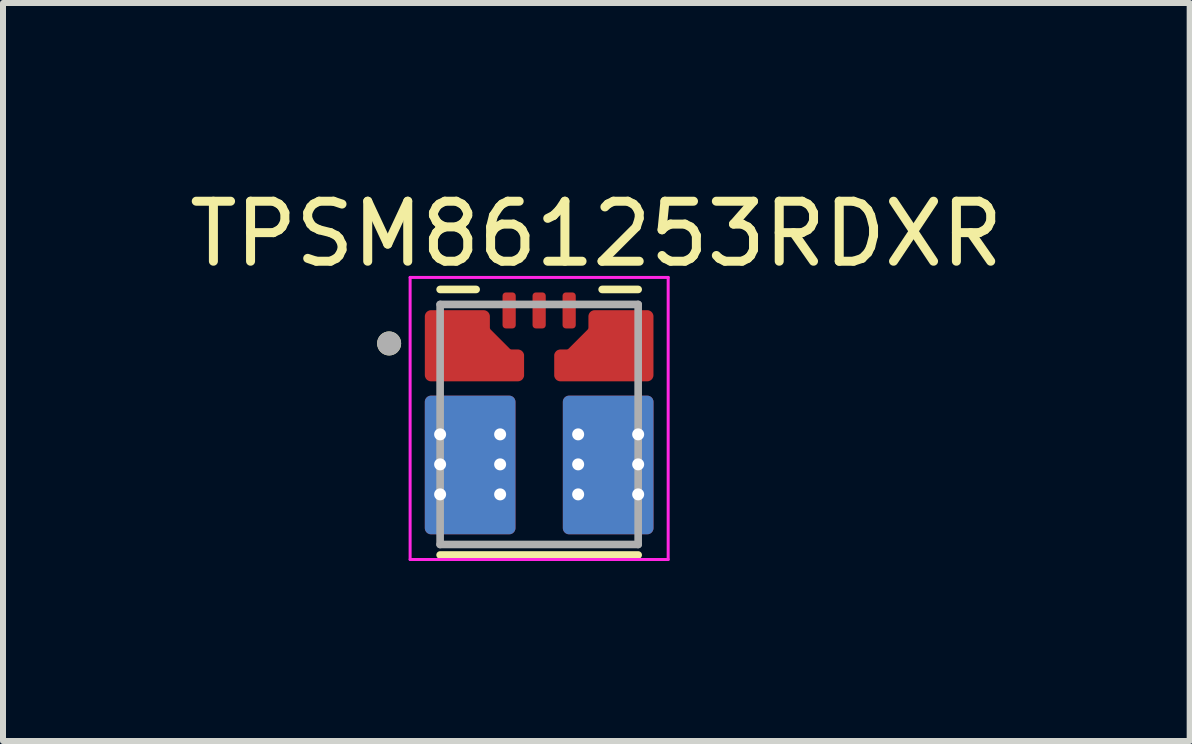
<source format=kicad_pcb>
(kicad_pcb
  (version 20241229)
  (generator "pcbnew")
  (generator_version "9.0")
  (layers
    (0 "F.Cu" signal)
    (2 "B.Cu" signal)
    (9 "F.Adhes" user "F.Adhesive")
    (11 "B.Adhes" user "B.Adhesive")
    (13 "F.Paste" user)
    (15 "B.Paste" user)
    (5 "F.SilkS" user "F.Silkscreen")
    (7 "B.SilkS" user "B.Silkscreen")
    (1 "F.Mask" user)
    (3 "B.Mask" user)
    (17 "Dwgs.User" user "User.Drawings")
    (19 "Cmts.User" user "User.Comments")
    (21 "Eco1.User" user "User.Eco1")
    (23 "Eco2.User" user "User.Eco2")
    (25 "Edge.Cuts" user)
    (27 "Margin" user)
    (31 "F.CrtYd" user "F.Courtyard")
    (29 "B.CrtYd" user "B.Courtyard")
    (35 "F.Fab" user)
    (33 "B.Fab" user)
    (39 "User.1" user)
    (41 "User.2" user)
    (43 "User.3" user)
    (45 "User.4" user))
  (footprint "TPSM861253RDXR"
    (layer "F.Cu")
    (at 5.934 4.023)
    (property "Reference" "TPSM861253RDXR" (at 0.953 -3.175 0) (layer "F.SilkS") (effects (font (size 1 1) (thickness 0.15))))
    (attr through_hole)
    (fp_poly (pts (xy -0.66 -1.65) (xy -0.66 -2.15) (xy -0.66 -2.155) (xy -0.659 -2.16) (xy -0.659 -2.166) (xy -0.658 -2.171) (xy -0.657 -2.176) (xy -0.655 -2.181) (xy -0.653 -2.186) (xy -0.651 -2.191) (xy -0.649 -2.195) (xy -0.647 -2.2) (xy -0.644 -2.204) (xy -0.641 -2.209) (xy -0.638 -2.213) (xy -0.634 -2.217) (xy -0.631 -2.221) (xy -0.627 -2.224) (xy -0.623 -2.228) (xy -0.619 -2.231) (xy -0.614 -2.234) (xy -0.61 -2.237) (xy -0.605 -2.239) (xy -0.601 -2.241) (xy -0.596 -2.243) (xy -0.591 -2.245) (xy -0.586 -2.247) (xy -0.581 -2.248) (xy -0.576 -2.249) (xy -0.57 -2.249) (xy -0.565 -2.25) (xy -0.56 -2.25) (xy -0.44 -2.25) (xy -0.435 -2.25) (xy -0.43 -2.249) (xy -0.424 -2.249) (xy -0.419 -2.248) (xy -0.414 -2.247) (xy -0.409 -2.245) (xy -0.404 -2.243) (xy -0.399 -2.241) (xy -0.395 -2.239) (xy -0.39 -2.237) (xy -0.386 -2.234) (xy -0.381 -2.231) (xy -0.377 -2.228) (xy -0.373 -2.224) (xy -0.369 -2.221) (xy -0.366 -2.217) (xy -0.362 -2.213) (xy -0.359 -2.209) (xy -0.356 -2.204) (xy -0.353 -2.2) (xy -0.351 -2.195) (xy -0.349 -2.191) (xy -0.347 -2.186) (xy -0.345 -2.181) (xy -0.343 -2.176) (xy -0.342 -2.171) (xy -0.341 -2.166) (xy -0.341 -2.16) (xy -0.34 -2.155) (xy -0.34 -2.15) (xy -0.34 -1.65) (xy -0.34 -1.645) (xy -0.341 -1.64) (xy -0.341 -1.634) (xy -0.342 -1.629) (xy -0.343 -1.624) (xy -0.345 -1.619) (xy -0.347 -1.614) (xy -0.349 -1.609) (xy -0.351 -1.605) (xy -0.353 -1.6) (xy -0.356 -1.596) (xy -0.359 -1.591) (xy -0.362 -1.587) (xy -0.366 -1.583) (xy -0.369 -1.579) (xy -0.373 -1.576) (xy -0.377 -1.572) (xy -0.381 -1.569) (xy -0.386 -1.566) (xy -0.39 -1.563) (xy -0.395 -1.561) (xy -0.399 -1.559) (xy -0.404 -1.557) (xy -0.409 -1.555) (xy -0.414 -1.553) (xy -0.419 -1.552) (xy -0.424 -1.551) (xy -0.43 -1.551) (xy -0.435 -1.55) (xy -0.44 -1.55) (xy -0.56 -1.55) (xy -0.565 -1.55) (xy -0.57 -1.551) (xy -0.576 -1.551) (xy -0.581 -1.552) (xy -0.586 -1.553) (xy -0.591 -1.555) (xy -0.596 -1.557) (xy -0.601 -1.559) (xy -0.605 -1.561) (xy -0.61 -1.563) (xy -0.614 -1.566) (xy -0.619 -1.569) (xy -0.623 -1.572) (xy -0.627 -1.576) (xy -0.631 -1.579) (xy -0.634 -1.583) (xy -0.638 -1.587) (xy -0.641 -1.591) (xy -0.644 -1.596) (xy -0.647 -1.6) (xy -0.649 -1.605) (xy -0.651 -1.609) (xy -0.653 -1.614) (xy -0.655 -1.619) (xy -0.657 -1.624) (xy -0.658 -1.629) (xy -0.659 -1.634) (xy -0.659 -1.64) (xy -0.66 -1.645) (xy -0.66 -1.65)) (stroke (width 0.01) (type solid)) (fill yes) (layer "F.Mask"))
    (fp_poly (pts (xy -0.16 -2.15) (xy -0.16 -1.65) (xy -0.16 -1.645) (xy -0.159 -1.64) (xy -0.159 -1.634) (xy -0.158 -1.629) (xy -0.157 -1.624) (xy -0.155 -1.619) (xy -0.153 -1.614) (xy -0.151 -1.609) (xy -0.149 -1.605) (xy -0.147 -1.6) (xy -0.144 -1.596) (xy -0.141 -1.591) (xy -0.138 -1.587) (xy -0.134 -1.583) (xy -0.131 -1.579) (xy -0.127 -1.576) (xy -0.123 -1.572) (xy -0.119 -1.569) (xy -0.114 -1.566) (xy -0.11 -1.563) (xy -0.105 -1.561) (xy -0.101 -1.559) (xy -0.096 -1.557) (xy -0.091 -1.555) (xy -0.086 -1.553) (xy -0.081 -1.552) (xy -0.076 -1.551) (xy -0.07 -1.551) (xy -0.065 -1.55) (xy -0.06 -1.55) (xy 0.06 -1.55) (xy 0.065 -1.55) (xy 0.07 -1.551) (xy 0.076 -1.551) (xy 0.081 -1.552) (xy 0.086 -1.553) (xy 0.091 -1.555) (xy 0.096 -1.557) (xy 0.101 -1.559) (xy 0.105 -1.561) (xy 0.11 -1.563) (xy 0.114 -1.566) (xy 0.119 -1.569) (xy 0.123 -1.572) (xy 0.127 -1.576) (xy 0.131 -1.579) (xy 0.134 -1.583) (xy 0.138 -1.587) (xy 0.141 -1.591) (xy 0.144 -1.596) (xy 0.147 -1.6) (xy 0.149 -1.605) (xy 0.151 -1.609) (xy 0.153 -1.614) (xy 0.155 -1.619) (xy 0.157 -1.624) (xy 0.158 -1.629) (xy 0.159 -1.634) (xy 0.159 -1.64) (xy 0.16 -1.645) (xy 0.16 -1.65) (xy 0.16 -2.15) (xy 0.16 -2.155) (xy 0.159 -2.16) (xy 0.159 -2.166) (xy 0.158 -2.171) (xy 0.157 -2.176) (xy 0.155 -2.181) (xy 0.153 -2.186) (xy 0.151 -2.191) (xy 0.149 -2.195) (xy 0.147 -2.2) (xy 0.144 -2.204) (xy 0.141 -2.209) (xy 0.138 -2.213) (xy 0.134 -2.217) (xy 0.131 -2.221) (xy 0.127 -2.224) (xy 0.123 -2.228) (xy 0.119 -2.231) (xy 0.114 -2.234) (xy 0.11 -2.237) (xy 0.105 -2.239) (xy 0.101 -2.241) (xy 0.096 -2.243) (xy 0.091 -2.245) (xy 0.086 -2.247) (xy 0.081 -2.248) (xy 0.076 -2.249) (xy 0.07 -2.249) (xy 0.065 -2.25) (xy 0.06 -2.25) (xy -0.06 -2.25) (xy -0.065 -2.25) (xy -0.07 -2.249) (xy -0.076 -2.249) (xy -0.081 -2.248) (xy -0.086 -2.247) (xy -0.091 -2.245) (xy -0.096 -2.243) (xy -0.101 -2.241) (xy -0.105 -2.239) (xy -0.11 -2.237) (xy -0.114 -2.234) (xy -0.119 -2.231) (xy -0.123 -2.228) (xy -0.127 -2.224) (xy -0.131 -2.221) (xy -0.134 -2.217) (xy -0.138 -2.213) (xy -0.141 -2.209) (xy -0.144 -2.204) (xy -0.147 -2.2) (xy -0.149 -2.195) (xy -0.151 -2.191) (xy -0.153 -2.186) (xy -0.155 -2.181) (xy -0.157 -2.176) (xy -0.158 -2.171) (xy -0.159 -2.166) (xy -0.159 -2.16) (xy -0.16 -2.155) (xy -0.16 -2.15)) (stroke (width 0.01) (type solid)) (fill yes) (layer "F.Mask"))
    (fp_poly (pts (xy 0.34 -1.65) (xy 0.34 -2.15) (xy 0.34 -2.155) (xy 0.341 -2.16) (xy 0.341 -2.166) (xy 0.342 -2.171) (xy 0.343 -2.176) (xy 0.345 -2.181) (xy 0.347 -2.186) (xy 0.349 -2.191) (xy 0.351 -2.195) (xy 0.353 -2.2) (xy 0.356 -2.204) (xy 0.359 -2.209) (xy 0.362 -2.213) (xy 0.366 -2.217) (xy 0.369 -2.221) (xy 0.373 -2.224) (xy 0.377 -2.228) (xy 0.381 -2.231) (xy 0.386 -2.234) (xy 0.39 -2.237) (xy 0.395 -2.239) (xy 0.399 -2.241) (xy 0.404 -2.243) (xy 0.409 -2.245) (xy 0.414 -2.247) (xy 0.419 -2.248) (xy 0.424 -2.249) (xy 0.43 -2.249) (xy 0.435 -2.25) (xy 0.44 -2.25) (xy 0.56 -2.25) (xy 0.565 -2.25) (xy 0.57 -2.249) (xy 0.576 -2.249) (xy 0.581 -2.248) (xy 0.586 -2.247) (xy 0.591 -2.245) (xy 0.596 -2.243) (xy 0.601 -2.241) (xy 0.605 -2.239) (xy 0.61 -2.237) (xy 0.614 -2.234) (xy 0.619 -2.231) (xy 0.623 -2.228) (xy 0.627 -2.224) (xy 0.631 -2.221) (xy 0.634 -2.217) (xy 0.638 -2.213) (xy 0.641 -2.209) (xy 0.644 -2.204) (xy 0.647 -2.2) (xy 0.649 -2.195) (xy 0.651 -2.191) (xy 0.653 -2.186) (xy 0.655 -2.181) (xy 0.657 -2.176) (xy 0.658 -2.171) (xy 0.659 -2.166) (xy 0.659 -2.16) (xy 0.66 -2.155) (xy 0.66 -2.15) (xy 0.66 -1.65) (xy 0.66 -1.645) (xy 0.659 -1.64) (xy 0.659 -1.634) (xy 0.658 -1.629) (xy 0.657 -1.624) (xy 0.655 -1.619) (xy 0.653 -1.614) (xy 0.651 -1.609) (xy 0.649 -1.605) (xy 0.647 -1.6) (xy 0.644 -1.596) (xy 0.641 -1.591) (xy 0.638 -1.587) (xy 0.634 -1.583) (xy 0.631 -1.579) (xy 0.627 -1.576) (xy 0.623 -1.572) (xy 0.619 -1.569) (xy 0.614 -1.566) (xy 0.61 -1.563) (xy 0.605 -1.561) (xy 0.601 -1.559) (xy 0.596 -1.557) (xy 0.591 -1.555) (xy 0.586 -1.553) (xy 0.581 -1.552) (xy 0.576 -1.551) (xy 0.57 -1.551) (xy 0.565 -1.55) (xy 0.56 -1.55) (xy 0.44 -1.55) (xy 0.435 -1.55) (xy 0.43 -1.551) (xy 0.424 -1.551) (xy 0.419 -1.552) (xy 0.414 -1.553) (xy 0.409 -1.555) (xy 0.404 -1.557) (xy 0.399 -1.559) (xy 0.395 -1.561) (xy 0.39 -1.563) (xy 0.386 -1.566) (xy 0.381 -1.569) (xy 0.377 -1.572) (xy 0.373 -1.576) (xy 0.369 -1.579) (xy 0.366 -1.583) (xy 0.362 -1.587) (xy 0.359 -1.591) (xy 0.356 -1.596) (xy 0.353 -1.6) (xy 0.351 -1.605) (xy 0.349 -1.609) (xy 0.347 -1.614) (xy 0.345 -1.619) (xy 0.343 -1.624) (xy 0.342 -1.629) (xy 0.341 -1.634) (xy 0.341 -1.64) (xy 0.34 -1.645) (xy 0.34 -1.65)) (stroke (width 0.01) (type solid)) (fill yes) (layer "F.Mask"))
    (fp_poly (pts (xy -0.305 -0.825) (xy -0.305 -1.145) (xy -0.305 -1.148) (xy -0.305 -1.15) (xy -0.306 -1.153) (xy -0.306 -1.155) (xy -0.307 -1.158) (xy -0.307 -1.16) (xy -0.308 -1.163) (xy -0.309 -1.165) (xy -0.31 -1.168) (xy -0.312 -1.17) (xy -0.313 -1.172) (xy -0.315 -1.174) (xy -0.316 -1.176) (xy -0.318 -1.178) (xy -0.32 -1.18) (xy -0.322 -1.182) (xy -0.324 -1.184) (xy -0.326 -1.185) (xy -0.328 -1.187) (xy -0.33 -1.188) (xy -0.332 -1.19) (xy -0.335 -1.191) (xy -0.337 -1.192) (xy -0.34 -1.193) (xy -0.342 -1.193) (xy -0.345 -1.194) (xy -0.347 -1.194) (xy -0.35 -1.195) (xy -0.352 -1.195) (xy -0.355 -1.195) (xy -0.477 -1.195) (xy -0.479 -1.195) (xy -0.48 -1.195) (xy -0.481 -1.195) (xy -0.483 -1.195) (xy -0.484 -1.195) (xy -0.485 -1.196) (xy -0.486 -1.196) (xy -0.488 -1.196) (xy -0.489 -1.196) (xy -0.49 -1.197) (xy -0.491 -1.197) (xy -0.493 -1.197) (xy -0.494 -1.198) (xy -0.495 -1.198) (xy -0.496 -1.199) (xy -0.498 -1.199) (xy -0.499 -1.2) (xy -0.5 -1.2) (xy -0.501 -1.201) (xy -0.502 -1.202) (xy -0.503 -1.202) (xy -0.505 -1.203) (xy -0.506 -1.204) (xy -0.507 -1.205) (xy -0.508 -1.205) (xy -0.509 -1.206) (xy -0.51 -1.207) (xy -0.511 -1.208) (xy -0.512 -1.209) (xy -0.513 -1.21) (xy -0.86 -1.557) (xy -0.861 -1.558) (xy -0.862 -1.559) (xy -0.863 -1.56) (xy -0.864 -1.561) (xy -0.865 -1.562) (xy -0.865 -1.563) (xy -0.866 -1.564) (xy -0.867 -1.565) (xy -0.868 -1.567) (xy -0.868 -1.568) (xy -0.869 -1.569) (xy -0.87 -1.57) (xy -0.87 -1.571) (xy -0.871 -1.572) (xy -0.871 -1.574) (xy -0.872 -1.575) (xy -0.872 -1.576) (xy -0.873 -1.577) (xy -0.873 -1.579) (xy -0.873 -1.58) (xy -0.874 -1.581) (xy -0.874 -1.582) (xy -0.874 -1.584) (xy -0.874 -1.585) (xy -0.875 -1.586) (xy -0.875 -1.587) (xy -0.875 -1.589) (xy -0.875 -1.59) (xy -0.875 -1.591) (xy -0.875 -1.593) (xy -0.875 -1.8) (xy -0.875 -1.803) (xy -0.875 -1.805) (xy -0.876 -1.808) (xy -0.876 -1.81) (xy -0.877 -1.813) (xy -0.877 -1.815) (xy -0.878 -1.818) (xy -0.879 -1.82) (xy -0.88 -1.823) (xy -0.882 -1.825) (xy -0.883 -1.827) (xy -0.885 -1.829) (xy -0.886 -1.831) (xy -0.888 -1.833) (xy -0.89 -1.835) (xy -0.892 -1.837) (xy -0.894 -1.839) (xy -0.896 -1.84) (xy -0.898 -1.842) (xy -0.9 -1.843) (xy -0.902 -1.845) (xy -0.905 -1.846) (xy -0.907 -1.847) (xy -0.91 -1.848) (xy -0.912 -1.848) (xy -0.915 -1.849) (xy -0.917 -1.849) (xy -0.92 -1.85) (xy -0.922 -1.85) (xy -0.925 -1.85) (xy -1.4 -1.85) (xy -1.403 -1.85) (xy -1.405 -1.85) (xy -1.408 -1.849) (xy -1.41 -1.849) (xy -1.413 -1.848) (xy -1.415 -1.848) (xy -1.418 -1.847) (xy -1.42 -1.846) (xy -1.423 -1.845) (xy -1.425 -1.843) (xy -1.427 -1.842) (xy -1.429 -1.84) (xy -1.431 -1.839) (xy -1.433 -1.837) (xy -1.435 -1.835) (xy -1.437 -1.833) (xy -1.439 -1.831) (xy -1.44 -1.829) (xy -1.442 -1.827) (xy -1.443 -1.825) (xy -1.445 -1.823) (xy -1.446 -1.82) (xy -1.447 -1.818) (xy -1.448 -1.815) (xy -1.448 -1.813) (xy -1.449 -1.81) (xy -1.449 -1.808) (xy -1.45 -1.805) (xy -1.45 -1.803) (xy -1.45 -1.8) (xy -1.45 -1.675) (xy -1.45 -1.672) (xy -1.45 -1.67) (xy -1.451 -1.667) (xy -1.451 -1.665) (xy -1.452 -1.662) (xy -1.452 -1.66) (xy -1.453 -1.657) (xy -1.454 -1.655) (xy -1.455 -1.652) (xy -1.457 -1.65) (xy -1.458 -1.648) (xy -1.46 -1.646) (xy -1.461 -1.644) (xy -1.463 -1.642) (xy -1.465 -1.64) (xy -1.467 -1.638) (xy -1.469 -1.636) (xy -1.471 -1.635) (xy -1.473 -1.633) (xy -1.475 -1.632) (xy -1.477 -1.63) (xy -1.48 -1.629) (xy -1.482 -1.628) (xy -1.485 -1.627) (xy -1.487 -1.627) (xy -1.49 -1.626) (xy -1.492 -1.626) (xy -1.495 -1.625) (xy -1.497 -1.625) (xy -1.5 -1.625) (xy -1.8 -1.625) (xy -1.803 -1.625) (xy -1.805 -1.625) (xy -1.808 -1.624) (xy -1.81 -1.624) (xy -1.813 -1.623) (xy -1.815 -1.623) (xy -1.818 -1.622) (xy -1.82 -1.621) (xy -1.823 -1.62) (xy -1.825 -1.618) (xy -1.827 -1.617) (xy -1.829 -1.615) (xy -1.831 -1.614) (xy -1.833 -1.612) (xy -1.835 -1.61) (xy -1.837 -1.608) (xy -1.839 -1.606) (xy -1.84 -1.604) (xy -1.842 -1.602) (xy -1.843 -1.6) (xy -1.845 -1.598) (xy -1.846 -1.595) (xy -1.847 -1.593) (xy -1.848 -1.59) (xy -1.848 -1.588) (xy -1.849 -1.585) (xy -1.849 -1.583) (xy -1.85 -1.58) (xy -1.85 -1.578) (xy -1.85 -1.575) (xy -1.85 -1.425) (xy -1.85 -1.422) (xy -1.85 -1.42) (xy -1.849 -1.417) (xy -1.849 -1.415) (xy -1.848 -1.412) (xy -1.848 -1.41) (xy -1.847 -1.407) (xy -1.846 -1.405) (xy -1.845 -1.402) (xy -1.843 -1.4) (xy -1.842 -1.398) (xy -1.84 -1.396) (xy -1.839 -1.394) (xy -1.837 -1.392) (xy -1.835 -1.39) (xy -1.833 -1.388) (xy -1.831 -1.386) (xy -1.829 -1.385) (xy -1.827 -1.383) (xy -1.825 -1.382) (xy -1.823 -1.38) (xy -1.82 -1.379) (xy -1.818 -1.378) (xy -1.815 -1.377) (xy -1.813 -1.377) (xy -1.81 -1.376) (xy -1.808 -1.376) (xy -1.805 -1.375) (xy -1.803 -1.375) (xy -1.8 -1.375) (xy -1.5 -1.375) (xy -1.497 -1.375) (xy -1.495 -1.375) (xy -1.492 -1.374) (xy -1.49 -1.374) (xy -1.487 -1.373) (xy -1.485 -1.373) (xy -1.482 -1.372) (xy -1.48 -1.371) (xy -1.477 -1.37) (xy -1.475 -1.368) (xy -1.473 -1.367) (xy -1.471 -1.365) (xy -1.469 -1.364) (xy -1.467 -1.362) (xy -1.465 -1.36) (xy -1.463 -1.358) (xy -1.461 -1.356) (xy -1.46 -1.354) (xy -1.458 -1.352) (xy -1.457 -1.35) (xy -1.455 -1.348) (xy -1.454 -1.345) (xy -1.453 -1.343) (xy -1.452 -1.34) (xy -1.452 -1.338) (xy -1.451 -1.335) (xy -1.451 -1.333) (xy -1.45 -1.33) (xy -1.45 -1.328) (xy -1.45 -1.325) (xy -1.45 -1.175) (xy -1.45 -1.172) (xy -1.45 -1.17) (xy -1.451 -1.167) (xy -1.451 -1.165) (xy -1.452 -1.162) (xy -1.452 -1.16) (xy -1.453 -1.157) (xy -1.454 -1.155) (xy -1.455 -1.152) (xy -1.457 -1.15) (xy -1.458 -1.148) (xy -1.46 -1.146) (xy -1.461 -1.144) (xy -1.463 -1.142) (xy -1.465 -1.14) (xy -1.467 -1.138) (xy -1.469 -1.136) (xy -1.471 -1.135) (xy -1.473 -1.133) (xy -1.475 -1.132) (xy -1.477 -1.13) (xy -1.48 -1.129) (xy -1.482 -1.128) (xy -1.485 -1.127) (xy -1.487 -1.127) (xy -1.49 -1.126) (xy -1.492 -1.126) (xy -1.495 -1.125) (xy -1.497 -1.125) (xy -1.5 -1.125) (xy -1.8 -1.125) (xy -1.803 -1.125) (xy -1.805 -1.125) (xy -1.808 -1.124) (xy -1.81 -1.124) (xy -1.813 -1.123) (xy -1.815 -1.123) (xy -1.818 -1.122) (xy -1.82 -1.121) (xy -1.823 -1.12) (xy -1.825 -1.118) (xy -1.827 -1.117) (xy -1.829 -1.115) (xy -1.831 -1.114) (xy -1.833 -1.112) (xy -1.835 -1.11) (xy -1.837 -1.108) (xy -1.839 -1.106) (xy -1.84 -1.104) (xy -1.842 -1.102) (xy -1.843 -1.1) (xy -1.845 -1.098) (xy -1.846 -1.095) (xy -1.847 -1.093) (xy -1.848 -1.09) (xy -1.848 -1.088) (xy -1.849 -1.085) (xy -1.849 -1.083) (xy -1.85 -1.08) (xy -1.85 -1.078) (xy -1.85 -1.075) (xy -1.85 -0.925) (xy -1.85 -0.922) (xy -1.85 -0.92) (xy -1.849 -0.917) (xy -1.849 -0.915) (xy -1.848 -0.912) (xy -1.848 -0.91) (xy -1.847 -0.907) (xy -1.846 -0.905) (xy -1.845 -0.902) (xy -1.843 -0.9) (xy -1.842 -0.898) (xy -1.84 -0.896) (xy -1.839 -0.894) (xy -1.837 -0.892) (xy -1.835 -0.89) (xy -1.833 -0.888) (xy -1.831 -0.886) (xy -1.829 -0.885) (xy -1.827 -0.883) (xy -1.825 -0.882) (xy -1.823 -0.88) (xy -1.82 -0.879) (xy -1.818 -0.878) (xy -1.815 -0.877) (xy -1.813 -0.877) (xy -1.81 -0.876) (xy -1.808 -0.876) (xy -1.805 -0.875) (xy -1.803 -0.875) (xy -1.8 -0.875) (xy -1.5 -0.875) (xy -1.497 -0.875) (xy -1.495 -0.875) (xy -1.492 -0.874) (xy -1.49 -0.874) (xy -1.487 -0.873) (xy -1.485 -0.873) (xy -1.482 -0.872) (xy -1.48 -0.871) (xy -1.477 -0.87) (xy -1.475 -0.868) (xy -1.473 -0.867) (xy -1.471 -0.865) (xy -1.469 -0.864) (xy -1.467 -0.862) (xy -1.465 -0.86) (xy -1.463 -0.858) (xy -1.461 -0.856) (xy -1.46 -0.854) (xy -1.458 -0.852) (xy -1.457 -0.85) (xy -1.455 -0.848) (xy -1.454 -0.845) (xy -1.453 -0.843) (xy -1.452 -0.84) (xy -1.452 -0.838) (xy -1.451 -0.835) (xy -1.451 -0.833) (xy -1.45 -0.83) (xy -1.45 -0.828) (xy -1.45 -0.825) (xy -1.45 -0.822) (xy -1.45 -0.82) (xy -1.449 -0.817) (xy -1.449 -0.815) (xy -1.448 -0.812) (xy -1.448 -0.81) (xy -1.447 -0.807) (xy -1.446 -0.805) (xy -1.445 -0.802) (xy -1.443 -0.8) (xy -1.442 -0.798) (xy -1.44 -0.796) (xy -1.439 -0.794) (xy -1.437 -0.792) (xy -1.435 -0.79) (xy -1.433 -0.788) (xy -1.431 -0.786) (xy -1.429 -0.785) (xy -1.427 -0.783) (xy -1.425 -0.782) (xy -1.423 -0.78) (xy -1.42 -0.779) (xy -1.418 -0.778) (xy -1.415 -0.777) (xy -1.413 -0.777) (xy -1.41 -0.776) (xy -1.408 -0.776) (xy -1.405 -0.775) (xy -1.403 -0.775) (xy -1.4 -0.775) (xy -0.355 -0.775) (xy -0.352 -0.775) (xy -0.35 -0.775) (xy -0.347 -0.776) (xy -0.345 -0.776) (xy -0.342 -0.777) (xy -0.34 -0.777) (xy -0.337 -0.778) (xy -0.335 -0.779) (xy -0.332 -0.78) (xy -0.33 -0.782) (xy -0.328 -0.783) (xy -0.326 -0.785) (xy -0.324 -0.786) (xy -0.322 -0.788) (xy -0.32 -0.79) (xy -0.318 -0.792) (xy -0.316 -0.794) (xy -0.315 -0.796) (xy -0.313 -0.798) (xy -0.312 -0.8) (xy -0.31 -0.802) (xy -0.309 -0.805) (xy -0.308 -0.807) (xy -0.307 -0.81) (xy -0.307 -0.812) (xy -0.306 -0.815) (xy -0.306 -0.817) (xy -0.305 -0.82) (xy -0.305 -0.822) (xy -0.305 -0.825)) (stroke (width 0.01) (type solid)) (fill yes) (layer "F.Mask"))
    (fp_poly (pts (xy 0.305 -0.825) (xy 0.305 -1.145) (xy 0.305 -1.148) (xy 0.305 -1.15) (xy 0.306 -1.153) (xy 0.306 -1.155) (xy 0.307 -1.158) (xy 0.307 -1.16) (xy 0.308 -1.163) (xy 0.309 -1.165) (xy 0.31 -1.168) (xy 0.312 -1.17) (xy 0.313 -1.172) (xy 0.315 -1.174) (xy 0.316 -1.176) (xy 0.318 -1.178) (xy 0.32 -1.18) (xy 0.322 -1.182) (xy 0.324 -1.184) (xy 0.326 -1.185) (xy 0.328 -1.187) (xy 0.33 -1.188) (xy 0.332 -1.19) (xy 0.335 -1.191) (xy 0.337 -1.192) (xy 0.34 -1.193) (xy 0.342 -1.193) (xy 0.345 -1.194) (xy 0.347 -1.194) (xy 0.35 -1.195) (xy 0.352 -1.195) (xy 0.355 -1.195) (xy 0.477 -1.195) (xy 0.479 -1.195) (xy 0.48 -1.195) (xy 0.481 -1.195) (xy 0.483 -1.195) (xy 0.484 -1.195) (xy 0.485 -1.196) (xy 0.486 -1.196) (xy 0.488 -1.196) (xy 0.489 -1.196) (xy 0.49 -1.197) (xy 0.491 -1.197) (xy 0.493 -1.197) (xy 0.494 -1.198) (xy 0.495 -1.198) (xy 0.496 -1.199) (xy 0.498 -1.199) (xy 0.499 -1.2) (xy 0.5 -1.2) (xy 0.501 -1.201) (xy 0.502 -1.202) (xy 0.503 -1.202) (xy 0.505 -1.203) (xy 0.506 -1.204) (xy 0.507 -1.205) (xy 0.508 -1.205) (xy 0.509 -1.206) (xy 0.51 -1.207) (xy 0.511 -1.208) (xy 0.512 -1.209) (xy 0.513 -1.21) (xy 0.86 -1.557) (xy 0.861 -1.558) (xy 0.862 -1.559) (xy 0.863 -1.56) (xy 0.864 -1.561) (xy 0.865 -1.562) (xy 0.865 -1.563) (xy 0.866 -1.564) (xy 0.867 -1.565) (xy 0.868 -1.567) (xy 0.868 -1.568) (xy 0.869 -1.569) (xy 0.87 -1.57) (xy 0.87 -1.571) (xy 0.871 -1.572) (xy 0.871 -1.574) (xy 0.872 -1.575) (xy 0.872 -1.576) (xy 0.873 -1.577) (xy 0.873 -1.579) (xy 0.873 -1.58) (xy 0.874 -1.581) (xy 0.874 -1.582) (xy 0.874 -1.584) (xy 0.874 -1.585) (xy 0.875 -1.586) (xy 0.875 -1.587) (xy 0.875 -1.589) (xy 0.875 -1.59) (xy 0.875 -1.591) (xy 0.875 -1.593) (xy 0.875 -1.8) (xy 0.875 -1.803) (xy 0.875 -1.805) (xy 0.876 -1.808) (xy 0.876 -1.81) (xy 0.877 -1.813) (xy 0.877 -1.815) (xy 0.878 -1.818) (xy 0.879 -1.82) (xy 0.88 -1.823) (xy 0.882 -1.825) (xy 0.883 -1.827) (xy 0.885 -1.829) (xy 0.886 -1.831) (xy 0.888 -1.833) (xy 0.89 -1.835) (xy 0.892 -1.837) (xy 0.894 -1.839) (xy 0.896 -1.84) (xy 0.898 -1.842) (xy 0.9 -1.843) (xy 0.902 -1.845) (xy 0.905 -1.846) (xy 0.907 -1.847) (xy 0.91 -1.848) (xy 0.912 -1.848) (xy 0.915 -1.849) (xy 0.917 -1.849) (xy 0.92 -1.85) (xy 0.922 -1.85) (xy 0.925 -1.85) (xy 1.4 -1.85) (xy 1.403 -1.85) (xy 1.405 -1.85) (xy 1.408 -1.849) (xy 1.41 -1.849) (xy 1.413 -1.848) (xy 1.415 -1.848) (xy 1.418 -1.847) (xy 1.42 -1.846) (xy 1.423 -1.845) (xy 1.425 -1.843) (xy 1.427 -1.842) (xy 1.429 -1.84) (xy 1.431 -1.839) (xy 1.433 -1.837) (xy 1.435 -1.835) (xy 1.437 -1.833) (xy 1.439 -1.831) (xy 1.44 -1.829) (xy 1.442 -1.827) (xy 1.443 -1.825) (xy 1.445 -1.823) (xy 1.446 -1.82) (xy 1.447 -1.818) (xy 1.448 -1.815) (xy 1.448 -1.813) (xy 1.449 -1.81) (xy 1.449 -1.808) (xy 1.45 -1.805) (xy 1.45 -1.803) (xy 1.45 -1.8) (xy 1.45 -1.675) (xy 1.45 -1.672) (xy 1.45 -1.67) (xy 1.451 -1.667) (xy 1.451 -1.665) (xy 1.452 -1.662) (xy 1.452 -1.66) (xy 1.453 -1.657) (xy 1.454 -1.655) (xy 1.455 -1.652) (xy 1.457 -1.65) (xy 1.458 -1.648) (xy 1.46 -1.646) (xy 1.461 -1.644) (xy 1.463 -1.642) (xy 1.465 -1.64) (xy 1.467 -1.638) (xy 1.469 -1.636) (xy 1.471 -1.635) (xy 1.473 -1.633) (xy 1.475 -1.632) (xy 1.477 -1.63) (xy 1.48 -1.629) (xy 1.482 -1.628) (xy 1.485 -1.627) (xy 1.487 -1.627) (xy 1.49 -1.626) (xy 1.492 -1.626) (xy 1.495 -1.625) (xy 1.497 -1.625) (xy 1.5 -1.625) (xy 1.8 -1.625) (xy 1.803 -1.625) (xy 1.805 -1.625) (xy 1.808 -1.624) (xy 1.81 -1.624) (xy 1.813 -1.623) (xy 1.815 -1.623) (xy 1.818 -1.622) (xy 1.82 -1.621) (xy 1.823 -1.62) (xy 1.825 -1.618) (xy 1.827 -1.617) (xy 1.829 -1.615) (xy 1.831 -1.614) (xy 1.833 -1.612) (xy 1.835 -1.61) (xy 1.837 -1.608) (xy 1.839 -1.606) (xy 1.84 -1.604) (xy 1.842 -1.602) (xy 1.843 -1.6) (xy 1.845 -1.598) (xy 1.846 -1.595) (xy 1.847 -1.593) (xy 1.848 -1.59) (xy 1.848 -1.588) (xy 1.849 -1.585) (xy 1.849 -1.583) (xy 1.85 -1.58) (xy 1.85 -1.578) (xy 1.85 -1.575) (xy 1.85 -1.425) (xy 1.85 -1.422) (xy 1.85 -1.42) (xy 1.849 -1.417) (xy 1.849 -1.415) (xy 1.848 -1.412) (xy 1.848 -1.41) (xy 1.847 -1.407) (xy 1.846 -1.405) (xy 1.845 -1.402) (xy 1.843 -1.4) (xy 1.842 -1.398) (xy 1.84 -1.396) (xy 1.839 -1.394) (xy 1.837 -1.392) (xy 1.835 -1.39) (xy 1.833 -1.388) (xy 1.831 -1.386) (xy 1.829 -1.385) (xy 1.827 -1.383) (xy 1.825 -1.382) (xy 1.823 -1.38) (xy 1.82 -1.379) (xy 1.818 -1.378) (xy 1.815 -1.377) (xy 1.813 -1.377) (xy 1.81 -1.376) (xy 1.808 -1.376) (xy 1.805 -1.375) (xy 1.803 -1.375) (xy 1.8 -1.375) (xy 1.5 -1.375) (xy 1.497 -1.375) (xy 1.495 -1.375) (xy 1.492 -1.374) (xy 1.49 -1.374) (xy 1.487 -1.373) (xy 1.485 -1.373) (xy 1.482 -1.372) (xy 1.48 -1.371) (xy 1.477 -1.37) (xy 1.475 -1.368) (xy 1.473 -1.367) (xy 1.471 -1.365) (xy 1.469 -1.364) (xy 1.467 -1.362) (xy 1.465 -1.36) (xy 1.463 -1.358) (xy 1.461 -1.356) (xy 1.46 -1.354) (xy 1.458 -1.352) (xy 1.457 -1.35) (xy 1.455 -1.348) (xy 1.454 -1.345) (xy 1.453 -1.343) (xy 1.452 -1.34) (xy 1.452 -1.338) (xy 1.451 -1.335) (xy 1.451 -1.333) (xy 1.45 -1.33) (xy 1.45 -1.328) (xy 1.45 -1.325) (xy 1.45 -1.175) (xy 1.45 -1.172) (xy 1.45 -1.17) (xy 1.451 -1.167) (xy 1.451 -1.165) (xy 1.452 -1.162) (xy 1.452 -1.16) (xy 1.453 -1.157) (xy 1.454 -1.155) (xy 1.455 -1.152) (xy 1.457 -1.15) (xy 1.458 -1.148) (xy 1.46 -1.146) (xy 1.461 -1.144) (xy 1.463 -1.142) (xy 1.465 -1.14) (xy 1.467 -1.138) (xy 1.469 -1.136) (xy 1.471 -1.135) (xy 1.473 -1.133) (xy 1.475 -1.132) (xy 1.477 -1.13) (xy 1.48 -1.129) (xy 1.482 -1.128) (xy 1.485 -1.127) (xy 1.487 -1.127) (xy 1.49 -1.126) (xy 1.492 -1.126) (xy 1.495 -1.125) (xy 1.497 -1.125) (xy 1.5 -1.125) (xy 1.8 -1.125) (xy 1.803 -1.125) (xy 1.805 -1.125) (xy 1.808 -1.124) (xy 1.81 -1.124) (xy 1.813 -1.123) (xy 1.815 -1.123) (xy 1.818 -1.122) (xy 1.82 -1.121) (xy 1.823 -1.12) (xy 1.825 -1.118) (xy 1.827 -1.117) (xy 1.829 -1.115) (xy 1.831 -1.114) (xy 1.833 -1.112) (xy 1.835 -1.11) (xy 1.837 -1.108) (xy 1.839 -1.106) (xy 1.84 -1.104) (xy 1.842 -1.102) (xy 1.843 -1.1) (xy 1.845 -1.098) (xy 1.846 -1.095) (xy 1.847 -1.093) (xy 1.848 -1.09) (xy 1.848 -1.088) (xy 1.849 -1.085) (xy 1.849 -1.083) (xy 1.85 -1.08) (xy 1.85 -1.078) (xy 1.85 -1.075) (xy 1.85 -0.925) (xy 1.85 -0.922) (xy 1.85 -0.92) (xy 1.849 -0.917) (xy 1.849 -0.915) (xy 1.848 -0.912) (xy 1.848 -0.91) (xy 1.847 -0.907) (xy 1.846 -0.905) (xy 1.845 -0.902) (xy 1.843 -0.9) (xy 1.842 -0.898) (xy 1.84 -0.896) (xy 1.839 -0.894) (xy 1.837 -0.892) (xy 1.835 -0.89) (xy 1.833 -0.888) (xy 1.831 -0.886) (xy 1.829 -0.885) (xy 1.827 -0.883) (xy 1.825 -0.882) (xy 1.823 -0.88) (xy 1.82 -0.879) (xy 1.818 -0.878) (xy 1.815 -0.877) (xy 1.813 -0.877) (xy 1.81 -0.876) (xy 1.808 -0.876) (xy 1.805 -0.875) (xy 1.803 -0.875) (xy 1.8 -0.875) (xy 1.5 -0.875) (xy 1.497 -0.875) (xy 1.495 -0.875) (xy 1.492 -0.874) (xy 1.49 -0.874) (xy 1.487 -0.873) (xy 1.485 -0.873) (xy 1.482 -0.872) (xy 1.48 -0.871) (xy 1.477 -0.87) (xy 1.475 -0.868) (xy 1.473 -0.867) (xy 1.471 -0.865) (xy 1.469 -0.864) (xy 1.467 -0.862) (xy 1.465 -0.86) (xy 1.463 -0.858) (xy 1.461 -0.856) (xy 1.46 -0.854) (xy 1.458 -0.852) (xy 1.457 -0.85) (xy 1.455 -0.848) (xy 1.454 -0.845) (xy 1.453 -0.843) (xy 1.452 -0.84) (xy 1.452 -0.838) (xy 1.451 -0.835) (xy 1.451 -0.833) (xy 1.45 -0.83) (xy 1.45 -0.828) (xy 1.45 -0.825) (xy 1.45 -0.822) (xy 1.45 -0.82) (xy 1.449 -0.817) (xy 1.449 -0.815) (xy 1.448 -0.812) (xy 1.448 -0.81) (xy 1.447 -0.807) (xy 1.446 -0.805) (xy 1.445 -0.802) (xy 1.443 -0.8) (xy 1.442 -0.798) (xy 1.44 -0.796) (xy 1.439 -0.794) (xy 1.437 -0.792) (xy 1.435 -0.79) (xy 1.433 -0.788) (xy 1.431 -0.786) (xy 1.429 -0.785) (xy 1.427 -0.783) (xy 1.425 -0.782) (xy 1.423 -0.78) (xy 1.42 -0.779) (xy 1.418 -0.778) (xy 1.415 -0.777) (xy 1.413 -0.777) (xy 1.41 -0.776) (xy 1.408 -0.776) (xy 1.405 -0.775) (xy 1.403 -0.775) (xy 1.4 -0.775) (xy 0.355 -0.775) (xy 0.352 -0.775) (xy 0.35 -0.775) (xy 0.347 -0.776) (xy 0.345 -0.776) (xy 0.342 -0.777) (xy 0.34 -0.777) (xy 0.337 -0.778) (xy 0.335 -0.779) (xy 0.332 -0.78) (xy 0.33 -0.782) (xy 0.328 -0.783) (xy 0.326 -0.785) (xy 0.324 -0.786) (xy 0.322 -0.788) (xy 0.32 -0.79) (xy 0.318 -0.792) (xy 0.316 -0.794) (xy 0.315 -0.796) (xy 0.313 -0.798) (xy 0.312 -0.8) (xy 0.31 -0.802) (xy 0.309 -0.805) (xy 0.308 -0.807) (xy 0.307 -0.81) (xy 0.307 -0.812) (xy 0.306 -0.815) (xy 0.306 -0.817) (xy 0.305 -0.82) (xy 0.305 -0.822) (xy 0.305 -0.825)) (stroke (width 0.01) (type solid)) (fill yes) (layer "F.Mask"))
    (fp_poly (pts (xy -1.85 1.34) (xy -1.85 1.49) (xy -1.85 1.493) (xy -1.85 1.495) (xy -1.849 1.498) (xy -1.849 1.5) (xy -1.848 1.503) (xy -1.848 1.505) (xy -1.847 1.508) (xy -1.846 1.51) (xy -1.845 1.513) (xy -1.843 1.515) (xy -1.842 1.517) (xy -1.84 1.519) (xy -1.839 1.521) (xy -1.837 1.523) (xy -1.835 1.525) (xy -1.833 1.527) (xy -1.831 1.529) (xy -1.829 1.53) (xy -1.827 1.532) (xy -1.825 1.533) (xy -1.823 1.535) (xy -1.82 1.536) (xy -1.818 1.537) (xy -1.815 1.538) (xy -1.813 1.538) (xy -1.81 1.539) (xy -1.808 1.539) (xy -1.805 1.54) (xy -1.803 1.54) (xy -1.8 1.54) (xy -1.5 1.54) (xy -1.497 1.54) (xy -1.495 1.54) (xy -1.492 1.541) (xy -1.49 1.541) (xy -1.487 1.542) (xy -1.485 1.542) (xy -1.482 1.543) (xy -1.48 1.544) (xy -1.477 1.545) (xy -1.475 1.547) (xy -1.473 1.548) (xy -1.471 1.55) (xy -1.469 1.551) (xy -1.467 1.553) (xy -1.465 1.555) (xy -1.463 1.557) (xy -1.461 1.559) (xy -1.46 1.561) (xy -1.458 1.563) (xy -1.457 1.565) (xy -1.455 1.567) (xy -1.454 1.57) (xy -1.453 1.572) (xy -1.452 1.575) (xy -1.452 1.577) (xy -1.451 1.58) (xy -1.451 1.582) (xy -1.45 1.585) (xy -1.45 1.587) (xy -1.45 1.59) (xy -1.45 1.725) (xy -1.45 1.728) (xy -1.45 1.73) (xy -1.449 1.733) (xy -1.449 1.735) (xy -1.448 1.738) (xy -1.448 1.74) (xy -1.447 1.743) (xy -1.446 1.745) (xy -1.445 1.748) (xy -1.443 1.75) (xy -1.442 1.752) (xy -1.44 1.754) (xy -1.439 1.756) (xy -1.437 1.758) (xy -1.435 1.76) (xy -1.433 1.762) (xy -1.431 1.764) (xy -1.429 1.765) (xy -1.427 1.767) (xy -1.425 1.768) (xy -1.423 1.77) (xy -1.42 1.771) (xy -1.418 1.772) (xy -1.415 1.773) (xy -1.413 1.773) (xy -1.41 1.774) (xy -1.408 1.774) (xy -1.405 1.775) (xy -1.403 1.775) (xy -1.4 1.775) (xy -0.5 1.775) (xy -0.497 1.775) (xy -0.495 1.775) (xy -0.492 1.774) (xy -0.49 1.774) (xy -0.487 1.773) (xy -0.485 1.773) (xy -0.482 1.772) (xy -0.48 1.771) (xy -0.477 1.77) (xy -0.475 1.768) (xy -0.473 1.767) (xy -0.471 1.765) (xy -0.469 1.764) (xy -0.467 1.762) (xy -0.465 1.76) (xy -0.463 1.758) (xy -0.461 1.756) (xy -0.46 1.754) (xy -0.458 1.752) (xy -0.457 1.75) (xy -0.455 1.748) (xy -0.454 1.745) (xy -0.453 1.743) (xy -0.452 1.74) (xy -0.452 1.738) (xy -0.451 1.735) (xy -0.451 1.733) (xy -0.45 1.73) (xy -0.45 1.728) (xy -0.45 1.725) (xy -0.45 -0.375) (xy -0.45 -0.378) (xy -0.45 -0.38) (xy -0.451 -0.383) (xy -0.451 -0.385) (xy -0.452 -0.388) (xy -0.452 -0.39) (xy -0.453 -0.393) (xy -0.454 -0.395) (xy -0.455 -0.398) (xy -0.457 -0.4) (xy -0.458 -0.402) (xy -0.46 -0.404) (xy -0.461 -0.406) (xy -0.463 -0.408) (xy -0.465 -0.41) (xy -0.467 -0.412) (xy -0.469 -0.414) (xy -0.471 -0.415) (xy -0.473 -0.417) (xy -0.475 -0.418) (xy -0.477 -0.42) (xy -0.48 -0.421) (xy -0.482 -0.422) (xy -0.485 -0.423) (xy -0.487 -0.423) (xy -0.49 -0.424) (xy -0.492 -0.424) (xy -0.495 -0.425) (xy -0.497 -0.425) (xy -0.5 -0.425) (xy -1.4 -0.425) (xy -1.403 -0.425) (xy -1.405 -0.425) (xy -1.408 -0.424) (xy -1.41 -0.424) (xy -1.413 -0.423) (xy -1.415 -0.423) (xy -1.418 -0.422) (xy -1.42 -0.421) (xy -1.423 -0.42) (xy -1.425 -0.418) (xy -1.427 -0.417) (xy -1.429 -0.415) (xy -1.431 -0.414) (xy -1.433 -0.412) (xy -1.435 -0.41) (xy -1.437 -0.408) (xy -1.439 -0.406) (xy -1.44 -0.404) (xy -1.442 -0.402) (xy -1.443 -0.4) (xy -1.445 -0.398) (xy -1.446 -0.395) (xy -1.447 -0.393) (xy -1.448 -0.39) (xy -1.448 -0.388) (xy -1.449 -0.385) (xy -1.449 -0.383) (xy -1.45 -0.38) (xy -1.45 -0.378) (xy -1.45 -0.375) (xy -1.45 -0.26) (xy -1.45 -0.257) (xy -1.45 -0.255) (xy -1.451 -0.252) (xy -1.451 -0.25) (xy -1.452 -0.247) (xy -1.452 -0.245) (xy -1.453 -0.242) (xy -1.454 -0.24) (xy -1.455 -0.237) (xy -1.457 -0.235) (xy -1.458 -0.233) (xy -1.46 -0.231) (xy -1.461 -0.229) (xy -1.463 -0.227) (xy -1.465 -0.225) (xy -1.467 -0.223) (xy -1.469 -0.221) (xy -1.471 -0.22) (xy -1.473 -0.218) (xy -1.475 -0.217) (xy -1.477 -0.215) (xy -1.48 -0.214) (xy -1.482 -0.213) (xy -1.485 -0.212) (xy -1.487 -0.212) (xy -1.49 -0.211) (xy -1.492 -0.211) (xy -1.495 -0.21) (xy -1.497 -0.21) (xy -1.5 -0.21) (xy -1.8 -0.21) (xy -1.803 -0.21) (xy -1.805 -0.21) (xy -1.808 -0.209) (xy -1.81 -0.209) (xy -1.813 -0.208) (xy -1.815 -0.208) (xy -1.818 -0.207) (xy -1.82 -0.206) (xy -1.823 -0.205) (xy -1.825 -0.203) (xy -1.827 -0.202) (xy -1.829 -0.2) (xy -1.831 -0.199) (xy -1.833 -0.197) (xy -1.835 -0.195) (xy -1.837 -0.193) (xy -1.839 -0.191) (xy -1.84 -0.189) (xy -1.842 -0.187) (xy -1.843 -0.185) (xy -1.845 -0.183) (xy -1.846 -0.18) (xy -1.847 -0.178) (xy -1.848 -0.175) (xy -1.848 -0.173) (xy -1.849 -0.17) (xy -1.849 -0.168) (xy -1.85 -0.165) (xy -1.85 -0.163) (xy -1.85 -0.16) (xy -1.85 -0.01) (xy -1.85 -0.007) (xy -1.85 -0.005) (xy -1.849 -0.002) (xy -1.849 0) (xy -1.848 0.003) (xy -1.848 0.005) (xy -1.847 0.008) (xy -1.846 0.01) (xy -1.845 0.013) (xy -1.843 0.015) (xy -1.842 0.017) (xy -1.84 0.019) (xy -1.839 0.021) (xy -1.837 0.023) (xy -1.835 0.025) (xy -1.833 0.027) (xy -1.831 0.029) (xy -1.829 0.03) (xy -1.827 0.032) (xy -1.825 0.033) (xy -1.823 0.035) (xy -1.82 0.036) (xy -1.818 0.037) (xy -1.815 0.038) (xy -1.813 0.038) (xy -1.81 0.039) (xy -1.808 0.039) (xy -1.805 0.04) (xy -1.803 0.04) (xy -1.8 0.04) (xy -1.5 0.04) (xy -1.497 0.04) (xy -1.495 0.04) (xy -1.492 0.041) (xy -1.49 0.041) (xy -1.487 0.042) (xy -1.485 0.042) (xy -1.482 0.043) (xy -1.48 0.044) (xy -1.477 0.045) (xy -1.475 0.047) (xy -1.473 0.048) (xy -1.471 0.05) (xy -1.469 0.051) (xy -1.467 0.053) (xy -1.465 0.055) (xy -1.463 0.057) (xy -1.461 0.059) (xy -1.46 0.061) (xy -1.458 0.063) (xy -1.457 0.065) (xy -1.455 0.067) (xy -1.454 0.07) (xy -1.453 0.072) (xy -1.452 0.075) (xy -1.452 0.077) (xy -1.451 0.08) (xy -1.451 0.082) (xy -1.45 0.085) (xy -1.45 0.087) (xy -1.45 0.09) (xy -1.45 0.24) (xy -1.45 0.243) (xy -1.45 0.245) (xy -1.451 0.248) (xy -1.451 0.25) (xy -1.452 0.253) (xy -1.452 0.255) (xy -1.453 0.258) (xy -1.454 0.26) (xy -1.455 0.263) (xy -1.457 0.265) (xy -1.458 0.267) (xy -1.46 0.269) (xy -1.461 0.271) (xy -1.463 0.273) (xy -1.465 0.275) (xy -1.467 0.277) (xy -1.469 0.279) (xy -1.471 0.28) (xy -1.473 0.282) (xy -1.475 0.283) (xy -1.477 0.285) (xy -1.48 0.286) (xy -1.482 0.287) (xy -1.485 0.288) (xy -1.487 0.288) (xy -1.49 0.289) (xy -1.492 0.289) (xy -1.495 0.29) (xy -1.497 0.29) (xy -1.5 0.29) (xy -1.8 0.29) (xy -1.803 0.29) (xy -1.805 0.29) (xy -1.808 0.291) (xy -1.81 0.291) (xy -1.813 0.292) (xy -1.815 0.292) (xy -1.818 0.293) (xy -1.82 0.294) (xy -1.823 0.295) (xy -1.825 0.297) (xy -1.827 0.298) (xy -1.829 0.3) (xy -1.831 0.301) (xy -1.833 0.303) (xy -1.835 0.305) (xy -1.837 0.307) (xy -1.839 0.309) (xy -1.84 0.311) (xy -1.842 0.313) (xy -1.843 0.315) (xy -1.845 0.317) (xy -1.846 0.32) (xy -1.847 0.322) (xy -1.848 0.325) (xy -1.848 0.327) (xy -1.849 0.33) (xy -1.849 0.332) (xy -1.85 0.335) (xy -1.85 0.337) (xy -1.85 0.34) (xy -1.85 0.49) (xy -1.85 0.493) (xy -1.85 0.495) (xy -1.849 0.498) (xy -1.849 0.5) (xy -1.848 0.503) (xy -1.848 0.505) (xy -1.847 0.508) (xy -1.846 0.51) (xy -1.845 0.513) (xy -1.843 0.515) (xy -1.842 0.517) (xy -1.84 0.519) (xy -1.839 0.521) (xy -1.837 0.523) (xy -1.835 0.525) (xy -1.833 0.527) (xy -1.831 0.529) (xy -1.829 0.53) (xy -1.827 0.532) (xy -1.825 0.533) (xy -1.823 0.535) (xy -1.82 0.536) (xy -1.818 0.537) (xy -1.815 0.538) (xy -1.813 0.538) (xy -1.81 0.539) (xy -1.808 0.539) (xy -1.805 0.54) (xy -1.803 0.54) (xy -1.8 0.54) (xy -1.5 0.54) (xy -1.497 0.54) (xy -1.495 0.54) (xy -1.492 0.541) (xy -1.49 0.541) (xy -1.487 0.542) (xy -1.485 0.542) (xy -1.482 0.543) (xy -1.48 0.544) (xy -1.477 0.545) (xy -1.475 0.547) (xy -1.473 0.548) (xy -1.471 0.55) (xy -1.469 0.551) (xy -1.467 0.553) (xy -1.465 0.555) (xy -1.463 0.557) (xy -1.461 0.559) (xy -1.46 0.561) (xy -1.458 0.563) (xy -1.457 0.565) (xy -1.455 0.567) (xy -1.454 0.57) (xy -1.453 0.572) (xy -1.452 0.575) (xy -1.452 0.577) (xy -1.451 0.58) (xy -1.451 0.582) (xy -1.45 0.585) (xy -1.45 0.587) (xy -1.45 0.59) (xy -1.45 0.74) (xy -1.45 0.743) (xy -1.45 0.745) (xy -1.451 0.748) (xy -1.451 0.75) (xy -1.452 0.753) (xy -1.452 0.755) (xy -1.453 0.758) (xy -1.454 0.76) (xy -1.455 0.763) (xy -1.457 0.765) (xy -1.458 0.767) (xy -1.46 0.769) (xy -1.461 0.771) (xy -1.463 0.773) (xy -1.465 0.775) (xy -1.467 0.777) (xy -1.469 0.779) (xy -1.471 0.78) (xy -1.473 0.782) (xy -1.475 0.783) (xy -1.477 0.785) (xy -1.48 0.786) (xy -1.482 0.787) (xy -1.485 0.788) (xy -1.487 0.788) (xy -1.49 0.789) (xy -1.492 0.789) (xy -1.495 0.79) (xy -1.497 0.79) (xy -1.5 0.79) (xy -1.8 0.79) (xy -1.803 0.79) (xy -1.805 0.79) (xy -1.808 0.791) (xy -1.81 0.791) (xy -1.813 0.792) (xy -1.815 0.792) (xy -1.818 0.793) (xy -1.82 0.794) (xy -1.823 0.795) (xy -1.825 0.797) (xy -1.827 0.798) (xy -1.829 0.8) (xy -1.831 0.801) (xy -1.833 0.803) (xy -1.835 0.805) (xy -1.837 0.807) (xy -1.839 0.809) (xy -1.84 0.811) (xy -1.842 0.813) (xy -1.843 0.815) (xy -1.845 0.817) (xy -1.846 0.82) (xy -1.847 0.822) (xy -1.848 0.825) (xy -1.848 0.827) (xy -1.849 0.83) (xy -1.849 0.832) (xy -1.85 0.835) (xy -1.85 0.837) (xy -1.85 0.84) (xy -1.85 0.99) (xy -1.85 0.993) (xy -1.85 0.995) (xy -1.849 0.998) (xy -1.849 1) (xy -1.848 1.003) (xy -1.848 1.005) (xy -1.847 1.008) (xy -1.846 1.01) (xy -1.845 1.013) (xy -1.843 1.015) (xy -1.842 1.017) (xy -1.84 1.019) (xy -1.839 1.021) (xy -1.837 1.023) (xy -1.835 1.025) (xy -1.833 1.027) (xy -1.831 1.029) (xy -1.829 1.03) (xy -1.827 1.032) (xy -1.825 1.033) (xy -1.823 1.035) (xy -1.82 1.036) (xy -1.818 1.037) (xy -1.815 1.038) (xy -1.813 1.038) (xy -1.81 1.039) (xy -1.808 1.039) (xy -1.805 1.04) (xy -1.803 1.04) (xy -1.8 1.04) (xy -1.5 1.04) (xy -1.497 1.04) (xy -1.495 1.04) (xy -1.492 1.041) (xy -1.49 1.041) (xy -1.487 1.042) (xy -1.485 1.042) (xy -1.482 1.043) (xy -1.48 1.044) (xy -1.477 1.045) (xy -1.475 1.047) (xy -1.473 1.048) (xy -1.471 1.05) (xy -1.469 1.051) (xy -1.467 1.053) (xy -1.465 1.055) (xy -1.463 1.057) (xy -1.461 1.059) (xy -1.46 1.061) (xy -1.458 1.063) (xy -1.457 1.065) (xy -1.455 1.067) (xy -1.454 1.07) (xy -1.453 1.072) (xy -1.452 1.075) (xy -1.452 1.077) (xy -1.451 1.08) (xy -1.451 1.082) (xy -1.45 1.085) (xy -1.45 1.087) (xy -1.45 1.09) (xy -1.45 1.24) (xy -1.45 1.243) (xy -1.45 1.245) (xy -1.451 1.248) (xy -1.451 1.25) (xy -1.452 1.253) (xy -1.452 1.255) (xy -1.453 1.258) (xy -1.454 1.26) (xy -1.455 1.263) (xy -1.457 1.265) (xy -1.458 1.267) (xy -1.46 1.269) (xy -1.461 1.271) (xy -1.463 1.273) (xy -1.465 1.275) (xy -1.467 1.277) (xy -1.469 1.279) (xy -1.471 1.28) (xy -1.473 1.282) (xy -1.475 1.283) (xy -1.477 1.285) (xy -1.48 1.286) (xy -1.482 1.287) (xy -1.485 1.288) (xy -1.487 1.288) (xy -1.49 1.289) (xy -1.492 1.289) (xy -1.495 1.29) (xy -1.497 1.29) (xy -1.5 1.29) (xy -1.8 1.29) (xy -1.803 1.29) (xy -1.805 1.29) (xy -1.808 1.291) (xy -1.81 1.291) (xy -1.813 1.292) (xy -1.815 1.292) (xy -1.818 1.293) (xy -1.82 1.294) (xy -1.823 1.295) (xy -1.825 1.297) (xy -1.827 1.298) (xy -1.829 1.3) (xy -1.831 1.301) (xy -1.833 1.303) (xy -1.835 1.305) (xy -1.837 1.307) (xy -1.839 1.309) (xy -1.84 1.311) (xy -1.842 1.313) (xy -1.843 1.315) (xy -1.845 1.317) (xy -1.846 1.32) (xy -1.847 1.322) (xy -1.848 1.325) (xy -1.848 1.327) (xy -1.849 1.33) (xy -1.849 1.332) (xy -1.85 1.335) (xy -1.85 1.337) (xy -1.85 1.34)) (stroke (width 0.01) (type solid)) (fill yes) (layer "F.Mask"))
    (fp_poly (pts (xy 0.45 1.725) (xy 0.45 -0.375) (xy 0.45 -0.378) (xy 0.45 -0.38) (xy 0.451 -0.383) (xy 0.451 -0.385) (xy 0.452 -0.388) (xy 0.452 -0.39) (xy 0.453 -0.393) (xy 0.454 -0.395) (xy 0.455 -0.398) (xy 0.457 -0.4) (xy 0.458 -0.402) (xy 0.46 -0.404) (xy 0.461 -0.406) (xy 0.463 -0.408) (xy 0.465 -0.41) (xy 0.467 -0.412) (xy 0.469 -0.414) (xy 0.471 -0.415) (xy 0.473 -0.417) (xy 0.475 -0.418) (xy 0.477 -0.42) (xy 0.48 -0.421) (xy 0.482 -0.422) (xy 0.485 -0.423) (xy 0.487 -0.423) (xy 0.49 -0.424) (xy 0.492 -0.424) (xy 0.495 -0.425) (xy 0.497 -0.425) (xy 0.5 -0.425) (xy 1.4 -0.425) (xy 1.403 -0.425) (xy 1.405 -0.425) (xy 1.408 -0.424) (xy 1.41 -0.424) (xy 1.413 -0.423) (xy 1.415 -0.423) (xy 1.418 -0.422) (xy 1.42 -0.421) (xy 1.423 -0.42) (xy 1.425 -0.418) (xy 1.427 -0.417) (xy 1.429 -0.415) (xy 1.431 -0.414) (xy 1.433 -0.412) (xy 1.435 -0.41) (xy 1.437 -0.408) (xy 1.439 -0.406) (xy 1.44 -0.404) (xy 1.442 -0.402) (xy 1.443 -0.4) (xy 1.445 -0.398) (xy 1.446 -0.395) (xy 1.447 -0.393) (xy 1.448 -0.39) (xy 1.448 -0.388) (xy 1.449 -0.385) (xy 1.449 -0.383) (xy 1.45 -0.38) (xy 1.45 -0.378) (xy 1.45 -0.375) (xy 1.45 -0.26) (xy 1.45 -0.257) (xy 1.45 -0.255) (xy 1.451 -0.252) (xy 1.451 -0.25) (xy 1.452 -0.247) (xy 1.452 -0.245) (xy 1.453 -0.242) (xy 1.454 -0.24) (xy 1.455 -0.237) (xy 1.457 -0.235) (xy 1.458 -0.233) (xy 1.46 -0.231) (xy 1.461 -0.229) (xy 1.463 -0.227) (xy 1.465 -0.225) (xy 1.467 -0.223) (xy 1.469 -0.221) (xy 1.471 -0.22) (xy 1.473 -0.218) (xy 1.475 -0.217) (xy 1.477 -0.215) (xy 1.48 -0.214) (xy 1.482 -0.213) (xy 1.485 -0.212) (xy 1.487 -0.212) (xy 1.49 -0.211) (xy 1.492 -0.211) (xy 1.495 -0.21) (xy 1.497 -0.21) (xy 1.5 -0.21) (xy 1.8 -0.21) (xy 1.803 -0.21) (xy 1.805 -0.21) (xy 1.808 -0.209) (xy 1.81 -0.209) (xy 1.813 -0.208) (xy 1.815 -0.208) (xy 1.818 -0.207) (xy 1.82 -0.206) (xy 1.823 -0.205) (xy 1.825 -0.203) (xy 1.827 -0.202) (xy 1.829 -0.2) (xy 1.831 -0.199) (xy 1.833 -0.197) (xy 1.835 -0.195) (xy 1.837 -0.193) (xy 1.839 -0.191) (xy 1.84 -0.189) (xy 1.842 -0.187) (xy 1.843 -0.185) (xy 1.845 -0.183) (xy 1.846 -0.18) (xy 1.847 -0.178) (xy 1.848 -0.175) (xy 1.848 -0.173) (xy 1.849 -0.17) (xy 1.849 -0.168) (xy 1.85 -0.165) (xy 1.85 -0.163) (xy 1.85 -0.16) (xy 1.85 -0.01) (xy 1.85 -0.007) (xy 1.85 -0.005) (xy 1.849 -0.002) (xy 1.849 0) (xy 1.848 0.003) (xy 1.848 0.005) (xy 1.847 0.008) (xy 1.846 0.01) (xy 1.845 0.013) (xy 1.843 0.015) (xy 1.842 0.017) (xy 1.84 0.019) (xy 1.839 0.021) (xy 1.837 0.023) (xy 1.835 0.025) (xy 1.833 0.027) (xy 1.831 0.029) (xy 1.829 0.03) (xy 1.827 0.032) (xy 1.825 0.033) (xy 1.823 0.035) (xy 1.82 0.036) (xy 1.818 0.037) (xy 1.815 0.038) (xy 1.813 0.038) (xy 1.81 0.039) (xy 1.808 0.039) (xy 1.805 0.04) (xy 1.803 0.04) (xy 1.8 0.04) (xy 1.5 0.04) (xy 1.497 0.04) (xy 1.495 0.04) (xy 1.492 0.041) (xy 1.49 0.041) (xy 1.487 0.042) (xy 1.485 0.042) (xy 1.482 0.043) (xy 1.48 0.044) (xy 1.477 0.045) (xy 1.475 0.047) (xy 1.473 0.048) (xy 1.471 0.05) (xy 1.469 0.051) (xy 1.467 0.053) (xy 1.465 0.055) (xy 1.463 0.057) (xy 1.461 0.059) (xy 1.46 0.061) (xy 1.458 0.063) (xy 1.457 0.065) (xy 1.455 0.067) (xy 1.454 0.07) (xy 1.453 0.072) (xy 1.452 0.075) (xy 1.452 0.077) (xy 1.451 0.08) (xy 1.451 0.082) (xy 1.45 0.085) (xy 1.45 0.087) (xy 1.45 0.09) (xy 1.45 0.24) (xy 1.45 0.243) (xy 1.45 0.245) (xy 1.451 0.248) (xy 1.451 0.25) (xy 1.452 0.253) (xy 1.452 0.255) (xy 1.453 0.258) (xy 1.454 0.26) (xy 1.455 0.263) (xy 1.457 0.265) (xy 1.458 0.267) (xy 1.46 0.269) (xy 1.461 0.271) (xy 1.463 0.273) (xy 1.465 0.275) (xy 1.467 0.277) (xy 1.469 0.279) (xy 1.471 0.28) (xy 1.473 0.282) (xy 1.475 0.283) (xy 1.477 0.285) (xy 1.48 0.286) (xy 1.482 0.287) (xy 1.485 0.288) (xy 1.487 0.288) (xy 1.49 0.289) (xy 1.492 0.289) (xy 1.495 0.29) (xy 1.497 0.29) (xy 1.5 0.29) (xy 1.8 0.29) (xy 1.803 0.29) (xy 1.805 0.29) (xy 1.808 0.291) (xy 1.81 0.291) (xy 1.813 0.292) (xy 1.815 0.292) (xy 1.818 0.293) (xy 1.82 0.294) (xy 1.823 0.295) (xy 1.825 0.297) (xy 1.827 0.298) (xy 1.829 0.3) (xy 1.831 0.301) (xy 1.833 0.303) (xy 1.835 0.305) (xy 1.837 0.307) (xy 1.839 0.309) (xy 1.84 0.311) (xy 1.842 0.313) (xy 1.843 0.315) (xy 1.845 0.317) (xy 1.846 0.32) (xy 1.847 0.322) (xy 1.848 0.325) (xy 1.848 0.327) (xy 1.849 0.33) (xy 1.849 0.332) (xy 1.85 0.335) (xy 1.85 0.337) (xy 1.85 0.34) (xy 1.85 0.49) (xy 1.85 0.493) (xy 1.85 0.495) (xy 1.849 0.498) (xy 1.849 0.5) (xy 1.848 0.503) (xy 1.848 0.505) (xy 1.847 0.508) (xy 1.846 0.51) (xy 1.845 0.513) (xy 1.843 0.515) (xy 1.842 0.517) (xy 1.84 0.519) (xy 1.839 0.521) (xy 1.837 0.523) (xy 1.835 0.525) (xy 1.833 0.527) (xy 1.831 0.529) (xy 1.829 0.53) (xy 1.827 0.532) (xy 1.825 0.533) (xy 1.823 0.535) (xy 1.82 0.536) (xy 1.818 0.537) (xy 1.815 0.538) (xy 1.813 0.538) (xy 1.81 0.539) (xy 1.808 0.539) (xy 1.805 0.54) (xy 1.803 0.54) (xy 1.8 0.54) (xy 1.5 0.54) (xy 1.497 0.54) (xy 1.495 0.54) (xy 1.492 0.541) (xy 1.49 0.541) (xy 1.487 0.542) (xy 1.485 0.542) (xy 1.482 0.543) (xy 1.48 0.544) (xy 1.477 0.545) (xy 1.475 0.547) (xy 1.473 0.548) (xy 1.471 0.55) (xy 1.469 0.551) (xy 1.467 0.553) (xy 1.465 0.555) (xy 1.463 0.557) (xy 1.461 0.559) (xy 1.46 0.561) (xy 1.458 0.563) (xy 1.457 0.565) (xy 1.455 0.567) (xy 1.454 0.57) (xy 1.453 0.572) (xy 1.452 0.575) (xy 1.452 0.577) (xy 1.451 0.58) (xy 1.451 0.582) (xy 1.45 0.585) (xy 1.45 0.587) (xy 1.45 0.59) (xy 1.45 0.74) (xy 1.45 0.743) (xy 1.45 0.745) (xy 1.451 0.748) (xy 1.451 0.75) (xy 1.452 0.753) (xy 1.452 0.755) (xy 1.453 0.758) (xy 1.454 0.76) (xy 1.455 0.763) (xy 1.457 0.765) (xy 1.458 0.767) (xy 1.46 0.769) (xy 1.461 0.771) (xy 1.463 0.773) (xy 1.465 0.775) (xy 1.467 0.777) (xy 1.469 0.779) (xy 1.471 0.78) (xy 1.473 0.782) (xy 1.475 0.783) (xy 1.477 0.785) (xy 1.48 0.786) (xy 1.482 0.787) (xy 1.485 0.788) (xy 1.487 0.788) (xy 1.49 0.789) (xy 1.492 0.789) (xy 1.495 0.79) (xy 1.497 0.79) (xy 1.5 0.79) (xy 1.8 0.79) (xy 1.803 0.79) (xy 1.805 0.79) (xy 1.808 0.791) (xy 1.81 0.791) (xy 1.813 0.792) (xy 1.815 0.792) (xy 1.818 0.793) (xy 1.82 0.794) (xy 1.823 0.795) (xy 1.825 0.797) (xy 1.827 0.798) (xy 1.829 0.8) (xy 1.831 0.801) (xy 1.833 0.803) (xy 1.835 0.805) (xy 1.837 0.807) (xy 1.839 0.809) (xy 1.84 0.811) (xy 1.842 0.813) (xy 1.843 0.815) (xy 1.845 0.817) (xy 1.846 0.82) (xy 1.847 0.822) (xy 1.848 0.825) (xy 1.848 0.827) (xy 1.849 0.83) (xy 1.849 0.832) (xy 1.85 0.835) (xy 1.85 0.837) (xy 1.85 0.84) (xy 1.85 0.99) (xy 1.85 0.993) (xy 1.85 0.995) (xy 1.849 0.998) (xy 1.849 1) (xy 1.848 1.003) (xy 1.848 1.005) (xy 1.847 1.008) (xy 1.846 1.01) (xy 1.845 1.013) (xy 1.843 1.015) (xy 1.842 1.017) (xy 1.84 1.019) (xy 1.839 1.021) (xy 1.837 1.023) (xy 1.835 1.025) (xy 1.833 1.027) (xy 1.831 1.029) (xy 1.829 1.03) (xy 1.827 1.032) (xy 1.825 1.033) (xy 1.823 1.035) (xy 1.82 1.036) (xy 1.818 1.037) (xy 1.815 1.038) (xy 1.813 1.038) (xy 1.81 1.039) (xy 1.808 1.039) (xy 1.805 1.04) (xy 1.803 1.04) (xy 1.8 1.04) (xy 1.5 1.04) (xy 1.497 1.04) (xy 1.495 1.04) (xy 1.492 1.041) (xy 1.49 1.041) (xy 1.487 1.042) (xy 1.485 1.042) (xy 1.482 1.043) (xy 1.48 1.044) (xy 1.477 1.045) (xy 1.475 1.047) (xy 1.473 1.048) (xy 1.471 1.05) (xy 1.469 1.051) (xy 1.467 1.053) (xy 1.465 1.055) (xy 1.463 1.057) (xy 1.461 1.059) (xy 1.46 1.061) (xy 1.458 1.063) (xy 1.457 1.065) (xy 1.455 1.067) (xy 1.454 1.07) (xy 1.453 1.072) (xy 1.452 1.075) (xy 1.452 1.077) (xy 1.451 1.08) (xy 1.451 1.082) (xy 1.45 1.085) (xy 1.45 1.087) (xy 1.45 1.09) (xy 1.45 1.24) (xy 1.45 1.243) (xy 1.45 1.245) (xy 1.451 1.248) (xy 1.451 1.25) (xy 1.452 1.253) (xy 1.452 1.255) (xy 1.453 1.258) (xy 1.454 1.26) (xy 1.455 1.263) (xy 1.457 1.265) (xy 1.458 1.267) (xy 1.46 1.269) (xy 1.461 1.271) (xy 1.463 1.273) (xy 1.465 1.275) (xy 1.467 1.277) (xy 1.469 1.279) (xy 1.471 1.28) (xy 1.473 1.282) (xy 1.475 1.283) (xy 1.477 1.285) (xy 1.48 1.286) (xy 1.482 1.287) (xy 1.485 1.288) (xy 1.487 1.288) (xy 1.49 1.289) (xy 1.492 1.289) (xy 1.495 1.29) (xy 1.497 1.29) (xy 1.5 1.29) (xy 1.8 1.29) (xy 1.803 1.29) (xy 1.805 1.29) (xy 1.808 1.291) (xy 1.81 1.291) (xy 1.813 1.292) (xy 1.815 1.292) (xy 1.818 1.293) (xy 1.82 1.294) (xy 1.823 1.295) (xy 1.825 1.297) (xy 1.827 1.298) (xy 1.829 1.3) (xy 1.831 1.301) (xy 1.833 1.303) (xy 1.835 1.305) (xy 1.837 1.307) (xy 1.839 1.309) (xy 1.84 1.311) (xy 1.842 1.313) (xy 1.843 1.315) (xy 1.845 1.317) (xy 1.846 1.32) (xy 1.847 1.322) (xy 1.848 1.325) (xy 1.848 1.327) (xy 1.849 1.33) (xy 1.849 1.332) (xy 1.85 1.335) (xy 1.85 1.337) (xy 1.85 1.34) (xy 1.85 1.49) (xy 1.85 1.493) (xy 1.85 1.495) (xy 1.849 1.498) (xy 1.849 1.5) (xy 1.848 1.503) (xy 1.848 1.505) (xy 1.847 1.508) (xy 1.846 1.51) (xy 1.845 1.513) (xy 1.843 1.515) (xy 1.842 1.517) (xy 1.84 1.519) (xy 1.839 1.521) (xy 1.837 1.523) (xy 1.835 1.525) (xy 1.833 1.527) (xy 1.831 1.529) (xy 1.829 1.53) (xy 1.827 1.532) (xy 1.825 1.533) (xy 1.823 1.535) (xy 1.82 1.536) (xy 1.818 1.537) (xy 1.815 1.538) (xy 1.813 1.538) (xy 1.81 1.539) (xy 1.808 1.539) (xy 1.805 1.54) (xy 1.803 1.54) (xy 1.8 1.54) (xy 1.5 1.54) (xy 1.497 1.54) (xy 1.495 1.54) (xy 1.492 1.541) (xy 1.49 1.541) (xy 1.487 1.542) (xy 1.485 1.542) (xy 1.482 1.543) (xy 1.48 1.544) (xy 1.477 1.545) (xy 1.475 1.547) (xy 1.473 1.548) (xy 1.471 1.55) (xy 1.469 1.551) (xy 1.467 1.553) (xy 1.465 1.555) (xy 1.463 1.557) (xy 1.461 1.559) (xy 1.46 1.561) (xy 1.458 1.563) (xy 1.457 1.565) (xy 1.455 1.567) (xy 1.454 1.57) (xy 1.453 1.572) (xy 1.452 1.575) (xy 1.452 1.577) (xy 1.451 1.58) (xy 1.451 1.582) (xy 1.45 1.585) (xy 1.45 1.587) (xy 1.45 1.59) (xy 1.45 1.725) (xy 1.45 1.728) (xy 1.45 1.73) (xy 1.449 1.733) (xy 1.449 1.735) (xy 1.448 1.738) (xy 1.448 1.74) (xy 1.447 1.743) (xy 1.446 1.745) (xy 1.445 1.748) (xy 1.443 1.75) (xy 1.442 1.752) (xy 1.44 1.754) (xy 1.439 1.756) (xy 1.437 1.758) (xy 1.435 1.76) (xy 1.433 1.762) (xy 1.431 1.764) (xy 1.429 1.765) (xy 1.427 1.767) (xy 1.425 1.768) (xy 1.423 1.77) (xy 1.42 1.771) (xy 1.418 1.772) (xy 1.415 1.773) (xy 1.413 1.773) (xy 1.41 1.774) (xy 1.408 1.774) (xy 1.405 1.775) (xy 1.403 1.775) (xy 1.4 1.775) (xy 0.5 1.775) (xy 0.497 1.775) (xy 0.495 1.775) (xy 0.492 1.774) (xy 0.49 1.774) (xy 0.487 1.773) (xy 0.485 1.773) (xy 0.482 1.772) (xy 0.48 1.771) (xy 0.477 1.77) (xy 0.475 1.768) (xy 0.473 1.767) (xy 0.471 1.765) (xy 0.469 1.764) (xy 0.467 1.762) (xy 0.465 1.76) (xy 0.463 1.758) (xy 0.461 1.756) (xy 0.46 1.754) (xy 0.458 1.752) (xy 0.457 1.75) (xy 0.455 1.748) (xy 0.454 1.745) (xy 0.453 1.743) (xy 0.452 1.74) (xy 0.452 1.738) (xy 0.451 1.735) (xy 0.451 1.733) (xy 0.45 1.73) (xy 0.45 1.728) (xy 0.45 1.725)) (stroke (width 0.01) (type solid)) (fill yes) (layer "F.Mask"))
    (fp_line (start -1.65 -2.25) (end -1.05 -2.25) (stroke (width 0.127) (type solid)) (layer "F.SilkS"))
    (fp_line (start 1.05 -2.25) (end 1.65 -2.25) (stroke (width 0.127) (type solid)) (layer "F.SilkS"))
    (fp_line (start 1.65 2.175) (end -1.65 2.175) (stroke (width 0.127) (type solid)) (layer "F.SilkS"))
    (fp_circle (center -2.5 -1.35) (end -2.4 -1.35) (stroke (width 0.2) (type solid)) (fill no) (layer "F.SilkS"))
    (fp_poly (pts (xy -1.85 -1.575) (xy -1.85 -1.425) (xy -1.85 -1.422) (xy -1.85 -1.42) (xy -1.849 -1.417) (xy -1.849 -1.415) (xy -1.848 -1.412) (xy -1.848 -1.41) (xy -1.847 -1.407) (xy -1.846 -1.405) (xy -1.845 -1.402) (xy -1.843 -1.4) (xy -1.842 -1.398) (xy -1.84 -1.396) (xy -1.839 -1.394) (xy -1.837 -1.392) (xy -1.835 -1.39) (xy -1.833 -1.388) (xy -1.831 -1.386) (xy -1.829 -1.385) (xy -1.827 -1.383) (xy -1.825 -1.382) (xy -1.823 -1.38) (xy -1.82 -1.379) (xy -1.818 -1.378) (xy -1.815 -1.377) (xy -1.813 -1.377) (xy -1.81 -1.376) (xy -1.808 -1.376) (xy -1.805 -1.375) (xy -1.803 -1.375) (xy -1.8 -1.375) (xy -1.45 -1.375) (xy -1.447 -1.375) (xy -1.445 -1.375) (xy -1.442 -1.376) (xy -1.44 -1.376) (xy -1.437 -1.377) (xy -1.435 -1.377) (xy -1.432 -1.378) (xy -1.43 -1.379) (xy -1.427 -1.38) (xy -1.425 -1.382) (xy -1.423 -1.383) (xy -1.421 -1.385) (xy -1.419 -1.386) (xy -1.417 -1.388) (xy -1.415 -1.39) (xy -1.413 -1.392) (xy -1.411 -1.394) (xy -1.41 -1.396) (xy -1.408 -1.398) (xy -1.407 -1.4) (xy -1.405 -1.402) (xy -1.404 -1.405) (xy -1.403 -1.407) (xy -1.402 -1.41) (xy -1.402 -1.412) (xy -1.401 -1.415) (xy -1.401 -1.417) (xy -1.4 -1.42) (xy -1.4 -1.422) (xy -1.4 -1.425) (xy -1.4 -1.575) (xy -1.4 -1.578) (xy -1.4 -1.58) (xy -1.401 -1.583) (xy -1.401 -1.585) (xy -1.402 -1.588) (xy -1.402 -1.59) (xy -1.403 -1.593) (xy -1.404 -1.595) (xy -1.405 -1.598) (xy -1.407 -1.6) (xy -1.408 -1.602) (xy -1.41 -1.604) (xy -1.411 -1.606) (xy -1.413 -1.608) (xy -1.415 -1.61) (xy -1.417 -1.612) (xy -1.419 -1.614) (xy -1.421 -1.615) (xy -1.423 -1.617) (xy -1.425 -1.618) (xy -1.427 -1.62) (xy -1.43 -1.621) (xy -1.432 -1.622) (xy -1.435 -1.623) (xy -1.437 -1.623) (xy -1.44 -1.624) (xy -1.442 -1.624) (xy -1.445 -1.625) (xy -1.447 -1.625) (xy -1.45 -1.625) (xy -1.8 -1.625) (xy -1.803 -1.625) (xy -1.805 -1.625) (xy -1.808 -1.624) (xy -1.81 -1.624) (xy -1.813 -1.623) (xy -1.815 -1.623) (xy -1.818 -1.622) (xy -1.82 -1.621) (xy -1.823 -1.62) (xy -1.825 -1.618) (xy -1.827 -1.617) (xy -1.829 -1.615) (xy -1.831 -1.614) (xy -1.833 -1.612) (xy -1.835 -1.61) (xy -1.837 -1.608) (xy -1.839 -1.606) (xy -1.84 -1.604) (xy -1.842 -1.602) (xy -1.843 -1.6) (xy -1.845 -1.598) (xy -1.846 -1.595) (xy -1.847 -1.593) (xy -1.848 -1.59) (xy -1.848 -1.588) (xy -1.849 -1.585) (xy -1.849 -1.583) (xy -1.85 -1.58) (xy -1.85 -1.578) (xy -1.85 -1.575)) (stroke (width 0.01) (type solid)) (fill yes) (layer "F.Paste"))
    (fp_poly (pts (xy -1.85 -1.075) (xy -1.85 -0.925) (xy -1.85 -0.922) (xy -1.85 -0.92) (xy -1.849 -0.917) (xy -1.849 -0.915) (xy -1.848 -0.912) (xy -1.848 -0.91) (xy -1.847 -0.907) (xy -1.846 -0.905) (xy -1.845 -0.902) (xy -1.843 -0.9) (xy -1.842 -0.898) (xy -1.84 -0.896) (xy -1.839 -0.894) (xy -1.837 -0.892) (xy -1.835 -0.89) (xy -1.833 -0.888) (xy -1.831 -0.886) (xy -1.829 -0.885) (xy -1.827 -0.883) (xy -1.825 -0.882) (xy -1.823 -0.88) (xy -1.82 -0.879) (xy -1.818 -0.878) (xy -1.815 -0.877) (xy -1.813 -0.877) (xy -1.81 -0.876) (xy -1.808 -0.876) (xy -1.805 -0.875) (xy -1.803 -0.875) (xy -1.8 -0.875) (xy -1.45 -0.875) (xy -1.447 -0.875) (xy -1.445 -0.875) (xy -1.442 -0.876) (xy -1.44 -0.876) (xy -1.437 -0.877) (xy -1.435 -0.877) (xy -1.432 -0.878) (xy -1.43 -0.879) (xy -1.427 -0.88) (xy -1.425 -0.882) (xy -1.423 -0.883) (xy -1.421 -0.885) (xy -1.419 -0.886) (xy -1.417 -0.888) (xy -1.415 -0.89) (xy -1.413 -0.892) (xy -1.411 -0.894) (xy -1.41 -0.896) (xy -1.408 -0.898) (xy -1.407 -0.9) (xy -1.405 -0.902) (xy -1.404 -0.905) (xy -1.403 -0.907) (xy -1.402 -0.91) (xy -1.402 -0.912) (xy -1.401 -0.915) (xy -1.401 -0.917) (xy -1.4 -0.92) (xy -1.4 -0.922) (xy -1.4 -0.925) (xy -1.4 -1.075) (xy -1.4 -1.078) (xy -1.4 -1.08) (xy -1.401 -1.083) (xy -1.401 -1.085) (xy -1.402 -1.088) (xy -1.402 -1.09) (xy -1.403 -1.093) (xy -1.404 -1.095) (xy -1.405 -1.098) (xy -1.407 -1.1) (xy -1.408 -1.102) (xy -1.41 -1.104) (xy -1.411 -1.106) (xy -1.413 -1.108) (xy -1.415 -1.11) (xy -1.417 -1.112) (xy -1.419 -1.114) (xy -1.421 -1.115) (xy -1.423 -1.117) (xy -1.425 -1.118) (xy -1.427 -1.12) (xy -1.43 -1.121) (xy -1.432 -1.122) (xy -1.435 -1.123) (xy -1.437 -1.123) (xy -1.44 -1.124) (xy -1.442 -1.124) (xy -1.445 -1.125) (xy -1.447 -1.125) (xy -1.45 -1.125) (xy -1.8 -1.125) (xy -1.803 -1.125) (xy -1.805 -1.125) (xy -1.808 -1.124) (xy -1.81 -1.124) (xy -1.813 -1.123) (xy -1.815 -1.123) (xy -1.818 -1.122) (xy -1.82 -1.121) (xy -1.823 -1.12) (xy -1.825 -1.118) (xy -1.827 -1.117) (xy -1.829 -1.115) (xy -1.831 -1.114) (xy -1.833 -1.112) (xy -1.835 -1.11) (xy -1.837 -1.108) (xy -1.839 -1.106) (xy -1.84 -1.104) (xy -1.842 -1.102) (xy -1.843 -1.1) (xy -1.845 -1.098) (xy -1.846 -1.095) (xy -1.847 -1.093) (xy -1.848 -1.09) (xy -1.848 -1.088) (xy -1.849 -1.085) (xy -1.849 -1.083) (xy -1.85 -1.08) (xy -1.85 -1.078) (xy -1.85 -1.075)) (stroke (width 0.01) (type solid)) (fill yes) (layer "F.Paste"))
    (fp_poly (pts (xy 1.4 -1.425) (xy 1.4 -1.575) (xy 1.4 -1.578) (xy 1.4 -1.58) (xy 1.401 -1.583) (xy 1.401 -1.585) (xy 1.402 -1.588) (xy 1.402 -1.59) (xy 1.403 -1.593) (xy 1.404 -1.595) (xy 1.405 -1.598) (xy 1.407 -1.6) (xy 1.408 -1.602) (xy 1.41 -1.604) (xy 1.411 -1.606) (xy 1.413 -1.608) (xy 1.415 -1.61) (xy 1.417 -1.612) (xy 1.419 -1.614) (xy 1.421 -1.615) (xy 1.423 -1.617) (xy 1.425 -1.618) (xy 1.427 -1.62) (xy 1.43 -1.621) (xy 1.432 -1.622) (xy 1.435 -1.623) (xy 1.437 -1.623) (xy 1.44 -1.624) (xy 1.442 -1.624) (xy 1.445 -1.625) (xy 1.447 -1.625) (xy 1.45 -1.625) (xy 1.8 -1.625) (xy 1.803 -1.625) (xy 1.805 -1.625) (xy 1.808 -1.624) (xy 1.81 -1.624) (xy 1.813 -1.623) (xy 1.815 -1.623) (xy 1.818 -1.622) (xy 1.82 -1.621) (xy 1.823 -1.62) (xy 1.825 -1.618) (xy 1.827 -1.617) (xy 1.829 -1.615) (xy 1.831 -1.614) (xy 1.833 -1.612) (xy 1.835 -1.61) (xy 1.837 -1.608) (xy 1.839 -1.606) (xy 1.84 -1.604) (xy 1.842 -1.602) (xy 1.843 -1.6) (xy 1.845 -1.598) (xy 1.846 -1.595) (xy 1.847 -1.593) (xy 1.848 -1.59) (xy 1.848 -1.588) (xy 1.849 -1.585) (xy 1.849 -1.583) (xy 1.85 -1.58) (xy 1.85 -1.578) (xy 1.85 -1.575) (xy 1.85 -1.425) (xy 1.85 -1.422) (xy 1.85 -1.42) (xy 1.849 -1.417) (xy 1.849 -1.415) (xy 1.848 -1.412) (xy 1.848 -1.41) (xy 1.847 -1.407) (xy 1.846 -1.405) (xy 1.845 -1.402) (xy 1.843 -1.4) (xy 1.842 -1.398) (xy 1.84 -1.396) (xy 1.839 -1.394) (xy 1.837 -1.392) (xy 1.835 -1.39) (xy 1.833 -1.388) (xy 1.831 -1.386) (xy 1.829 -1.385) (xy 1.827 -1.383) (xy 1.825 -1.382) (xy 1.823 -1.38) (xy 1.82 -1.379) (xy 1.818 -1.378) (xy 1.815 -1.377) (xy 1.813 -1.377) (xy 1.81 -1.376) (xy 1.808 -1.376) (xy 1.805 -1.375) (xy 1.803 -1.375) (xy 1.8 -1.375) (xy 1.45 -1.375) (xy 1.447 -1.375) (xy 1.445 -1.375) (xy 1.442 -1.376) (xy 1.44 -1.376) (xy 1.437 -1.377) (xy 1.435 -1.377) (xy 1.432 -1.378) (xy 1.43 -1.379) (xy 1.427 -1.38) (xy 1.425 -1.382) (xy 1.423 -1.383) (xy 1.421 -1.385) (xy 1.419 -1.386) (xy 1.417 -1.388) (xy 1.415 -1.39) (xy 1.413 -1.392) (xy 1.411 -1.394) (xy 1.41 -1.396) (xy 1.408 -1.398) (xy 1.407 -1.4) (xy 1.405 -1.402) (xy 1.404 -1.405) (xy 1.403 -1.407) (xy 1.402 -1.41) (xy 1.402 -1.412) (xy 1.401 -1.415) (xy 1.401 -1.417) (xy 1.4 -1.42) (xy 1.4 -1.422) (xy 1.4 -1.425)) (stroke (width 0.01) (type solid)) (fill yes) (layer "F.Paste"))
    (fp_poly (pts (xy 1.4 -1.075) (xy 1.4 -0.925) (xy 1.4 -0.922) (xy 1.4 -0.92) (xy 1.401 -0.917) (xy 1.401 -0.915) (xy 1.402 -0.912) (xy 1.402 -0.91) (xy 1.403 -0.907) (xy 1.404 -0.905) (xy 1.405 -0.902) (xy 1.407 -0.9) (xy 1.408 -0.898) (xy 1.41 -0.896) (xy 1.411 -0.894) (xy 1.413 -0.892) (xy 1.415 -0.89) (xy 1.417 -0.888) (xy 1.419 -0.886) (xy 1.421 -0.885) (xy 1.423 -0.883) (xy 1.425 -0.882) (xy 1.427 -0.88) (xy 1.43 -0.879) (xy 1.432 -0.878) (xy 1.435 -0.877) (xy 1.437 -0.877) (xy 1.44 -0.876) (xy 1.442 -0.876) (xy 1.445 -0.875) (xy 1.447 -0.875) (xy 1.45 -0.875) (xy 1.8 -0.875) (xy 1.803 -0.875) (xy 1.805 -0.875) (xy 1.808 -0.876) (xy 1.81 -0.876) (xy 1.813 -0.877) (xy 1.815 -0.877) (xy 1.818 -0.878) (xy 1.82 -0.879) (xy 1.823 -0.88) (xy 1.825 -0.882) (xy 1.827 -0.883) (xy 1.829 -0.885) (xy 1.831 -0.886) (xy 1.833 -0.888) (xy 1.835 -0.89) (xy 1.837 -0.892) (xy 1.839 -0.894) (xy 1.84 -0.896) (xy 1.842 -0.898) (xy 1.843 -0.9) (xy 1.845 -0.902) (xy 1.846 -0.905) (xy 1.847 -0.907) (xy 1.848 -0.91) (xy 1.848 -0.912) (xy 1.849 -0.915) (xy 1.849 -0.917) (xy 1.85 -0.92) (xy 1.85 -0.922) (xy 1.85 -0.925) (xy 1.85 -1.075) (xy 1.85 -1.078) (xy 1.85 -1.08) (xy 1.849 -1.083) (xy 1.849 -1.085) (xy 1.848 -1.088) (xy 1.848 -1.09) (xy 1.847 -1.093) (xy 1.846 -1.095) (xy 1.845 -1.098) (xy 1.843 -1.1) (xy 1.842 -1.102) (xy 1.84 -1.104) (xy 1.839 -1.106) (xy 1.837 -1.108) (xy 1.835 -1.11) (xy 1.833 -1.112) (xy 1.831 -1.114) (xy 1.829 -1.115) (xy 1.827 -1.117) (xy 1.825 -1.118) (xy 1.823 -1.12) (xy 1.82 -1.121) (xy 1.818 -1.122) (xy 1.815 -1.123) (xy 1.813 -1.123) (xy 1.81 -1.124) (xy 1.808 -1.124) (xy 1.805 -1.125) (xy 1.803 -1.125) (xy 1.8 -1.125) (xy 1.45 -1.125) (xy 1.447 -1.125) (xy 1.445 -1.125) (xy 1.442 -1.124) (xy 1.44 -1.124) (xy 1.437 -1.123) (xy 1.435 -1.123) (xy 1.432 -1.122) (xy 1.43 -1.121) (xy 1.427 -1.12) (xy 1.425 -1.118) (xy 1.423 -1.117) (xy 1.421 -1.115) (xy 1.419 -1.114) (xy 1.417 -1.112) (xy 1.415 -1.11) (xy 1.413 -1.108) (xy 1.411 -1.106) (xy 1.41 -1.104) (xy 1.408 -1.102) (xy 1.407 -1.1) (xy 1.405 -1.098) (xy 1.404 -1.095) (xy 1.403 -1.093) (xy 1.402 -1.09) (xy 1.402 -1.088) (xy 1.401 -1.085) (xy 1.401 -1.083) (xy 1.4 -1.08) (xy 1.4 -1.078) (xy 1.4 -1.075)) (stroke (width 0.01) (type solid)) (fill yes) (layer "F.Paste"))
    (fp_poly (pts (xy -0.315 -0.835) (xy -0.315 -1.135) (xy -0.315 -1.138) (xy -0.315 -1.14) (xy -0.316 -1.143) (xy -0.316 -1.145) (xy -0.317 -1.148) (xy -0.317 -1.15) (xy -0.318 -1.153) (xy -0.319 -1.155) (xy -0.32 -1.158) (xy -0.322 -1.16) (xy -0.323 -1.162) (xy -0.325 -1.164) (xy -0.326 -1.166) (xy -0.328 -1.168) (xy -0.33 -1.17) (xy -0.332 -1.172) (xy -0.334 -1.174) (xy -0.336 -1.175) (xy -0.338 -1.177) (xy -0.34 -1.178) (xy -0.342 -1.18) (xy -0.345 -1.181) (xy -0.347 -1.182) (xy -0.35 -1.183) (xy -0.352 -1.183) (xy -0.355 -1.184) (xy -0.357 -1.184) (xy -0.36 -1.185) (xy -0.362 -1.185) (xy -0.365 -1.185) (xy -0.489 -1.185) (xy -0.491 -1.185) (xy -0.492 -1.185) (xy -0.493 -1.185) (xy -0.495 -1.185) (xy -0.496 -1.185) (xy -0.497 -1.186) (xy -0.498 -1.186) (xy -0.5 -1.186) (xy -0.501 -1.186) (xy -0.502 -1.187) (xy -0.503 -1.187) (xy -0.505 -1.187) (xy -0.506 -1.188) (xy -0.507 -1.188) (xy -0.508 -1.189) (xy -0.51 -1.189) (xy -0.511 -1.19) (xy -0.512 -1.19) (xy -0.513 -1.191) (xy -0.514 -1.192) (xy -0.515 -1.192) (xy -0.517 -1.193) (xy -0.518 -1.194) (xy -0.519 -1.195) (xy -0.52 -1.195) (xy -0.521 -1.196) (xy -0.522 -1.197) (xy -0.523 -1.198) (xy -0.524 -1.199) (xy -0.525 -1.2) (xy -0.885 -1.56) (xy -0.886 -1.561) (xy -0.887 -1.562) (xy -0.888 -1.563) (xy -0.889 -1.564) (xy -0.89 -1.565) (xy -0.89 -1.566) (xy -0.891 -1.567) (xy -0.892 -1.568) (xy -0.893 -1.57) (xy -0.893 -1.571) (xy -0.894 -1.572) (xy -0.895 -1.573) (xy -0.895 -1.574) (xy -0.896 -1.575) (xy -0.896 -1.577) (xy -0.897 -1.578) (xy -0.897 -1.579) (xy -0.898 -1.58) (xy -0.898 -1.582) (xy -0.898 -1.583) (xy -0.899 -1.584) (xy -0.899 -1.585) (xy -0.899 -1.587) (xy -0.899 -1.588) (xy -0.9 -1.589) (xy -0.9 -1.59) (xy -0.9 -1.592) (xy -0.9 -1.593) (xy -0.9 -1.594) (xy -0.9 -1.596) (xy -0.9 -1.79) (xy -0.9 -1.793) (xy -0.9 -1.795) (xy -0.901 -1.798) (xy -0.901 -1.8) (xy -0.902 -1.803) (xy -0.902 -1.805) (xy -0.903 -1.808) (xy -0.904 -1.81) (xy -0.905 -1.813) (xy -0.907 -1.815) (xy -0.908 -1.817) (xy -0.91 -1.819) (xy -0.911 -1.821) (xy -0.913 -1.823) (xy -0.915 -1.825) (xy -0.917 -1.827) (xy -0.919 -1.829) (xy -0.921 -1.83) (xy -0.923 -1.832) (xy -0.925 -1.833) (xy -0.927 -1.835) (xy -0.93 -1.836) (xy -0.932 -1.837) (xy -0.935 -1.838) (xy -0.937 -1.838) (xy -0.94 -1.839) (xy -0.942 -1.839) (xy -0.945 -1.84) (xy -0.947 -1.84) (xy -0.95 -1.84) (xy -1.15 -1.84) (xy -1.153 -1.84) (xy -1.155 -1.84) (xy -1.158 -1.839) (xy -1.16 -1.839) (xy -1.163 -1.838) (xy -1.165 -1.838) (xy -1.168 -1.837) (xy -1.17 -1.836) (xy -1.173 -1.835) (xy -1.175 -1.833) (xy -1.177 -1.832) (xy -1.179 -1.83) (xy -1.181 -1.829) (xy -1.183 -1.827) (xy -1.185 -1.825) (xy -1.187 -1.823) (xy -1.189 -1.821) (xy -1.19 -1.819) (xy -1.192 -1.817) (xy -1.193 -1.815) (xy -1.195 -1.813) (xy -1.196 -1.81) (xy -1.197 -1.808) (xy -1.198 -1.805) (xy -1.198 -1.803) (xy -1.199 -1.8) (xy -1.199 -1.798) (xy -1.2 -1.795) (xy -1.2 -1.793) (xy -1.2 -1.79) (xy -1.2 -0.835) (xy -1.2 -0.832) (xy -1.2 -0.83) (xy -1.199 -0.827) (xy -1.199 -0.825) (xy -1.198 -0.822) (xy -1.198 -0.82) (xy -1.197 -0.817) (xy -1.196 -0.815) (xy -1.195 -0.812) (xy -1.193 -0.81) (xy -1.192 -0.808) (xy -1.19 -0.806) (xy -1.189 -0.804) (xy -1.187 -0.802) (xy -1.185 -0.8) (xy -1.183 -0.798) (xy -1.181 -0.796) (xy -1.179 -0.795) (xy -1.177 -0.793) (xy -1.175 -0.792) (xy -1.173 -0.79) (xy -1.17 -0.789) (xy -1.168 -0.788) (xy -1.165 -0.787) (xy -1.163 -0.787) (xy -1.16 -0.786) (xy -1.158 -0.786) (xy -1.155 -0.785) (xy -1.153 -0.785) (xy -1.15 -0.785) (xy -0.365 -0.785) (xy -0.362 -0.785) (xy -0.36 -0.785) (xy -0.357 -0.786) (xy -0.355 -0.786) (xy -0.352 -0.787) (xy -0.35 -0.787) (xy -0.347 -0.788) (xy -0.345 -0.789) (xy -0.342 -0.79) (xy -0.34 -0.792) (xy -0.338 -0.793) (xy -0.336 -0.795) (xy -0.334 -0.796) (xy -0.332 -0.798) (xy -0.33 -0.8) (xy -0.328 -0.802) (xy -0.326 -0.804) (xy -0.325 -0.806) (xy -0.323 -0.808) (xy -0.322 -0.81) (xy -0.32 -0.812) (xy -0.319 -0.815) (xy -0.318 -0.817) (xy -0.317 -0.82) (xy -0.317 -0.822) (xy -0.316 -0.825) (xy -0.316 -0.827) (xy -0.315 -0.83) (xy -0.315 -0.832) (xy -0.315 -0.835)) (stroke (width 0.01) (type solid)) (fill yes) (layer "F.Paste"))
    (fp_poly (pts (xy 0.315 -0.835) (xy 0.315 -1.135) (xy 0.315 -1.138) (xy 0.315 -1.14) (xy 0.316 -1.143) (xy 0.316 -1.145) (xy 0.317 -1.148) (xy 0.317 -1.15) (xy 0.318 -1.153) (xy 0.319 -1.155) (xy 0.32 -1.158) (xy 0.322 -1.16) (xy 0.323 -1.162) (xy 0.325 -1.164) (xy 0.326 -1.166) (xy 0.328 -1.168) (xy 0.33 -1.17) (xy 0.332 -1.172) (xy 0.334 -1.174) (xy 0.336 -1.175) (xy 0.338 -1.177) (xy 0.34 -1.178) (xy 0.342 -1.18) (xy 0.345 -1.181) (xy 0.347 -1.182) (xy 0.35 -1.183) (xy 0.352 -1.183) (xy 0.355 -1.184) (xy 0.357 -1.184) (xy 0.36 -1.185) (xy 0.362 -1.185) (xy 0.365 -1.185) (xy 0.489 -1.185) (xy 0.491 -1.185) (xy 0.492 -1.185) (xy 0.493 -1.185) (xy 0.495 -1.185) (xy 0.496 -1.185) (xy 0.497 -1.186) (xy 0.498 -1.186) (xy 0.5 -1.186) (xy 0.501 -1.186) (xy 0.502 -1.187) (xy 0.503 -1.187) (xy 0.505 -1.187) (xy 0.506 -1.188) (xy 0.507 -1.188) (xy 0.508 -1.189) (xy 0.51 -1.189) (xy 0.511 -1.19) (xy 0.512 -1.19) (xy 0.513 -1.191) (xy 0.514 -1.192) (xy 0.515 -1.192) (xy 0.517 -1.193) (xy 0.518 -1.194) (xy 0.519 -1.195) (xy 0.52 -1.195) (xy 0.521 -1.196) (xy 0.522 -1.197) (xy 0.523 -1.198) (xy 0.524 -1.199) (xy 0.525 -1.2) (xy 0.885 -1.56) (xy 0.886 -1.561) (xy 0.887 -1.562) (xy 0.888 -1.563) (xy 0.889 -1.564) (xy 0.89 -1.565) (xy 0.89 -1.566) (xy 0.891 -1.567) (xy 0.892 -1.568) (xy 0.893 -1.57) (xy 0.893 -1.571) (xy 0.894 -1.572) (xy 0.895 -1.573) (xy 0.895 -1.574) (xy 0.896 -1.575) (xy 0.896 -1.577) (xy 0.897 -1.578) (xy 0.897 -1.579) (xy 0.898 -1.58) (xy 0.898 -1.582) (xy 0.898 -1.583) (xy 0.899 -1.584) (xy 0.899 -1.585) (xy 0.899 -1.587) (xy 0.899 -1.588) (xy 0.9 -1.589) (xy 0.9 -1.59) (xy 0.9 -1.592) (xy 0.9 -1.593) (xy 0.9 -1.594) (xy 0.9 -1.596) (xy 0.9 -1.79) (xy 0.9 -1.793) (xy 0.9 -1.795) (xy 0.901 -1.798) (xy 0.901 -1.8) (xy 0.902 -1.803) (xy 0.902 -1.805) (xy 0.903 -1.808) (xy 0.904 -1.81) (xy 0.905 -1.813) (xy 0.907 -1.815) (xy 0.908 -1.817) (xy 0.91 -1.819) (xy 0.911 -1.821) (xy 0.913 -1.823) (xy 0.915 -1.825) (xy 0.917 -1.827) (xy 0.919 -1.829) (xy 0.921 -1.83) (xy 0.923 -1.832) (xy 0.925 -1.833) (xy 0.927 -1.835) (xy 0.93 -1.836) (xy 0.932 -1.837) (xy 0.935 -1.838) (xy 0.937 -1.838) (xy 0.94 -1.839) (xy 0.942 -1.839) (xy 0.945 -1.84) (xy 0.947 -1.84) (xy 0.95 -1.84) (xy 1.15 -1.84) (xy 1.153 -1.84) (xy 1.155 -1.84) (xy 1.158 -1.839) (xy 1.16 -1.839) (xy 1.163 -1.838) (xy 1.165 -1.838) (xy 1.168 -1.837) (xy 1.17 -1.836) (xy 1.173 -1.835) (xy 1.175 -1.833) (xy 1.177 -1.832) (xy 1.179 -1.83) (xy 1.181 -1.829) (xy 1.183 -1.827) (xy 1.185 -1.825) (xy 1.187 -1.823) (xy 1.189 -1.821) (xy 1.19 -1.819) (xy 1.192 -1.817) (xy 1.193 -1.815) (xy 1.195 -1.813) (xy 1.196 -1.81) (xy 1.197 -1.808) (xy 1.198 -1.805) (xy 1.198 -1.803) (xy 1.199 -1.8) (xy 1.199 -1.798) (xy 1.2 -1.795) (xy 1.2 -1.793) (xy 1.2 -1.79) (xy 1.2 -0.835) (xy 1.2 -0.832) (xy 1.2 -0.83) (xy 1.199 -0.827) (xy 1.199 -0.825) (xy 1.198 -0.822) (xy 1.198 -0.82) (xy 1.197 -0.817) (xy 1.196 -0.815) (xy 1.195 -0.812) (xy 1.193 -0.81) (xy 1.192 -0.808) (xy 1.19 -0.806) (xy 1.189 -0.804) (xy 1.187 -0.802) (xy 1.185 -0.8) (xy 1.183 -0.798) (xy 1.181 -0.796) (xy 1.179 -0.795) (xy 1.177 -0.793) (xy 1.175 -0.792) (xy 1.173 -0.79) (xy 1.17 -0.789) (xy 1.168 -0.788) (xy 1.165 -0.787) (xy 1.163 -0.787) (xy 1.16 -0.786) (xy 1.158 -0.786) (xy 1.155 -0.785) (xy 1.153 -0.785) (xy 1.15 -0.785) (xy 0.365 -0.785) (xy 0.362 -0.785) (xy 0.36 -0.785) (xy 0.357 -0.786) (xy 0.355 -0.786) (xy 0.352 -0.787) (xy 0.35 -0.787) (xy 0.347 -0.788) (xy 0.345 -0.789) (xy 0.342 -0.79) (xy 0.34 -0.792) (xy 0.338 -0.793) (xy 0.336 -0.795) (xy 0.334 -0.796) (xy 0.332 -0.798) (xy 0.33 -0.8) (xy 0.328 -0.802) (xy 0.326 -0.804) (xy 0.325 -0.806) (xy 0.323 -0.808) (xy 0.322 -0.81) (xy 0.32 -0.812) (xy 0.319 -0.815) (xy 0.318 -0.817) (xy 0.317 -0.82) (xy 0.317 -0.822) (xy 0.316 -0.825) (xy 0.316 -0.827) (xy 0.315 -0.83) (xy 0.315 -0.832) (xy 0.315 -0.835)) (stroke (width 0.01) (type solid)) (fill yes) (layer "F.Paste"))
    (fp_poly (pts (xy -1.85 1.34) (xy -1.85 1.49) (xy -1.85 1.493) (xy -1.85 1.495) (xy -1.849 1.498) (xy -1.849 1.5) (xy -1.848 1.503) (xy -1.848 1.505) (xy -1.847 1.508) (xy -1.846 1.51) (xy -1.845 1.513) (xy -1.843 1.515) (xy -1.842 1.517) (xy -1.84 1.519) (xy -1.839 1.521) (xy -1.837 1.523) (xy -1.835 1.525) (xy -1.833 1.527) (xy -1.831 1.529) (xy -1.829 1.53) (xy -1.827 1.532) (xy -1.825 1.533) (xy -1.823 1.535) (xy -1.82 1.536) (xy -1.818 1.537) (xy -1.815 1.538) (xy -1.813 1.538) (xy -1.81 1.539) (xy -1.808 1.539) (xy -1.805 1.54) (xy -1.803 1.54) (xy -1.8 1.54) (xy -1.45 1.54) (xy -1.447 1.54) (xy -1.445 1.54) (xy -1.442 1.541) (xy -1.44 1.541) (xy -1.437 1.542) (xy -1.435 1.542) (xy -1.432 1.543) (xy -1.43 1.544) (xy -1.427 1.545) (xy -1.425 1.547) (xy -1.423 1.548) (xy -1.421 1.55) (xy -1.419 1.551) (xy -1.417 1.553) (xy -1.415 1.555) (xy -1.413 1.557) (xy -1.411 1.559) (xy -1.41 1.561) (xy -1.408 1.563) (xy -1.407 1.565) (xy -1.405 1.567) (xy -1.404 1.57) (xy -1.403 1.572) (xy -1.402 1.575) (xy -1.402 1.577) (xy -1.401 1.58) (xy -1.401 1.582) (xy -1.4 1.585) (xy -1.4 1.587) (xy -1.4 1.59) (xy -1.4 1.655) (xy -1.4 1.658) (xy -1.4 1.66) (xy -1.399 1.663) (xy -1.399 1.665) (xy -1.398 1.668) (xy -1.398 1.67) (xy -1.397 1.673) (xy -1.396 1.675) (xy -1.395 1.678) (xy -1.393 1.68) (xy -1.392 1.682) (xy -1.39 1.684) (xy -1.389 1.686) (xy -1.387 1.688) (xy -1.385 1.69) (xy -1.383 1.692) (xy -1.381 1.694) (xy -1.379 1.695) (xy -1.377 1.697) (xy -1.375 1.698) (xy -1.373 1.7) (xy -1.37 1.701) (xy -1.368 1.702) (xy -1.365 1.703) (xy -1.363 1.703) (xy -1.36 1.704) (xy -1.358 1.704) (xy -1.355 1.705) (xy -1.353 1.705) (xy -1.35 1.705) (xy -0.51 1.705) (xy -0.507 1.705) (xy -0.505 1.705) (xy -0.502 1.704) (xy -0.5 1.704) (xy -0.497 1.703) (xy -0.495 1.703) (xy -0.492 1.702) (xy -0.49 1.701) (xy -0.487 1.7) (xy -0.485 1.698) (xy -0.483 1.697) (xy -0.481 1.695) (xy -0.479 1.694) (xy -0.477 1.692) (xy -0.475 1.69) (xy -0.473 1.688) (xy -0.471 1.686) (xy -0.47 1.684) (xy -0.468 1.682) (xy -0.467 1.68) (xy -0.465 1.678) (xy -0.464 1.675) (xy -0.463 1.673) (xy -0.462 1.67) (xy -0.462 1.668) (xy -0.461 1.665) (xy -0.461 1.663) (xy -0.46 1.66) (xy -0.46 1.658) (xy -0.46 1.655) (xy -0.46 1.315) (xy -0.46 1.312) (xy -0.46 1.31) (xy -0.461 1.307) (xy -0.461 1.305) (xy -0.462 1.302) (xy -0.462 1.3) (xy -0.463 1.297) (xy -0.464 1.295) (xy -0.465 1.292) (xy -0.467 1.29) (xy -0.468 1.288) (xy -0.47 1.286) (xy -0.471 1.284) (xy -0.473 1.282) (xy -0.475 1.28) (xy -0.477 1.278) (xy -0.479 1.276) (xy -0.481 1.275) (xy -0.483 1.273) (xy -0.485 1.272) (xy -0.487 1.27) (xy -0.49 1.269) (xy -0.492 1.268) (xy -0.495 1.267) (xy -0.497 1.267) (xy -0.5 1.266) (xy -0.502 1.266) (xy -0.505 1.265) (xy -0.507 1.265) (xy -0.51 1.265) (xy -0.88 1.265) (xy -0.883 1.265) (xy -0.885 1.265) (xy -0.888 1.264) (xy -0.89 1.264) (xy -0.893 1.263) (xy -0.895 1.263) (xy -0.898 1.262) (xy -0.9 1.261) (xy -0.903 1.26) (xy -0.905 1.258) (xy -0.907 1.257) (xy -0.909 1.255) (xy -0.911 1.254) (xy -0.913 1.252) (xy -0.915 1.25) (xy -0.917 1.248) (xy -0.919 1.246) (xy -0.92 1.244) (xy -0.922 1.242) (xy -0.923 1.24) (xy -0.925 1.238) (xy -0.926 1.235) (xy -0.927 1.233) (xy -0.928 1.23) (xy -0.928 1.228) (xy -0.929 1.225) (xy -0.929 1.223) (xy -0.93 1.22) (xy -0.93 1.218) (xy -0.93 1.215) (xy -0.93 1.115) (xy -0.93 1.112) (xy -0.93 1.11) (xy -0.929 1.107) (xy -0.929 1.105) (xy -0.928 1.102) (xy -0.928 1.1) (xy -0.927 1.097) (xy -0.926 1.095) (xy -0.925 1.092) (xy -0.923 1.09) (xy -0.922 1.088) (xy -0.92 1.086) (xy -0.919 1.084) (xy -0.917 1.082) (xy -0.915 1.08) (xy -0.913 1.078) (xy -0.911 1.076) (xy -0.909 1.075) (xy -0.907 1.073) (xy -0.905 1.072) (xy -0.903 1.07) (xy -0.9 1.069) (xy -0.898 1.068) (xy -0.895 1.067) (xy -0.893 1.067) (xy -0.89 1.066) (xy -0.888 1.066) (xy -0.885 1.065) (xy -0.883 1.065) (xy -0.88 1.065) (xy -0.51 1.065) (xy -0.507 1.065) (xy -0.505 1.065) (xy -0.502 1.064) (xy -0.5 1.064) (xy -0.497 1.063) (xy -0.495 1.063) (xy -0.492 1.062) (xy -0.49 1.061) (xy -0.487 1.06) (xy -0.485 1.058) (xy -0.483 1.057) (xy -0.481 1.055) (xy -0.479 1.054) (xy -0.477 1.052) (xy -0.475 1.05) (xy -0.473 1.048) (xy -0.471 1.046) (xy -0.47 1.044) (xy -0.468 1.042) (xy -0.467 1.04) (xy -0.465 1.038) (xy -0.464 1.035) (xy -0.463 1.033) (xy -0.462 1.03) (xy -0.462 1.028) (xy -0.461 1.025) (xy -0.461 1.023) (xy -0.46 1.02) (xy -0.46 1.018) (xy -0.46 1.015) (xy -0.46 0.815) (xy -0.46 0.812) (xy -0.46 0.81) (xy -0.461 0.807) (xy -0.461 0.805) (xy -0.462 0.802) (xy -0.462 0.8) (xy -0.463 0.797) (xy -0.464 0.795) (xy -0.465 0.792) (xy -0.467 0.79) (xy -0.468 0.788) (xy -0.47 0.786) (xy -0.471 0.784) (xy -0.473 0.782) (xy -0.475 0.78) (xy -0.477 0.778) (xy -0.479 0.776) (xy -0.481 0.775) (xy -0.483 0.773) (xy -0.485 0.772) (xy -0.487 0.77) (xy -0.49 0.769) (xy -0.492 0.768) (xy -0.495 0.767) (xy -0.497 0.767) (xy -0.5 0.766) (xy -0.502 0.766) (xy -0.505 0.765) (xy -0.507 0.765) (xy -0.51 0.765) (xy -0.88 0.765) (xy -0.883 0.765) (xy -0.885 0.765) (xy -0.888 0.764) (xy -0.89 0.764) (xy -0.893 0.763) (xy -0.895 0.763) (xy -0.898 0.762) (xy -0.9 0.761) (xy -0.903 0.76) (xy -0.905 0.758) (xy -0.907 0.757) (xy -0.909 0.755) (xy -0.911 0.754) (xy -0.913 0.752) (xy -0.915 0.75) (xy -0.917 0.748) (xy -0.919 0.746) (xy -0.92 0.744) (xy -0.922 0.742) (xy -0.923 0.74) (xy -0.925 0.738) (xy -0.926 0.735) (xy -0.927 0.733) (xy -0.928 0.73) (xy -0.928 0.728) (xy -0.929 0.725) (xy -0.929 0.723) (xy -0.93 0.72) (xy -0.93 0.718) (xy -0.93 0.715) (xy -0.93 0.615) (xy -0.93 0.612) (xy -0.93 0.61) (xy -0.929 0.607) (xy -0.929 0.605) (xy -0.928 0.602) (xy -0.928 0.6) (xy -0.927 0.597) (xy -0.926 0.595) (xy -0.925 0.592) (xy -0.923 0.59) (xy -0.922 0.588) (xy -0.92 0.586) (xy -0.919 0.584) (xy -0.917 0.582) (xy -0.915 0.58) (xy -0.913 0.578) (xy -0.911 0.576) (xy -0.909 0.575) (xy -0.907 0.573) (xy -0.905 0.572) (xy -0.903 0.57) (xy -0.9 0.569) (xy -0.898 0.568) (xy -0.895 0.567) (xy -0.893 0.567) (xy -0.89 0.566) (xy -0.888 0.566) (xy -0.885 0.565) (xy -0.883 0.565) (xy -0.88 0.565) (xy -0.51 0.565) (xy -0.507 0.565) (xy -0.505 0.565) (xy -0.502 0.564) (xy -0.5 0.564) (xy -0.497 0.563) (xy -0.495 0.563) (xy -0.492 0.562) (xy -0.49 0.561) (xy -0.487 0.56) (xy -0.485 0.558) (xy -0.483 0.557) (xy -0.481 0.555) (xy -0.479 0.554) (xy -0.477 0.552) (xy -0.475 0.55) (xy -0.473 0.548) (xy -0.471 0.546) (xy -0.47 0.544) (xy -0.468 0.542) (xy -0.467 0.54) (xy -0.465 0.538) (xy -0.464 0.535) (xy -0.463 0.533) (xy -0.462 0.53) (xy -0.462 0.528) (xy -0.461 0.525) (xy -0.461 0.523) (xy -0.46 0.52) (xy -0.46 0.518) (xy -0.46 0.515) (xy -0.46 0.315) (xy -0.46 0.312) (xy -0.46 0.31) (xy -0.461 0.307) (xy -0.461 0.305) (xy -0.462 0.302) (xy -0.462 0.3) (xy -0.463 0.297) (xy -0.464 0.295) (xy -0.465 0.292) (xy -0.467 0.29) (xy -0.468 0.288) (xy -0.47 0.286) (xy -0.471 0.284) (xy -0.473 0.282) (xy -0.475 0.28) (xy -0.477 0.278) (xy -0.479 0.276) (xy -0.481 0.275) (xy -0.483 0.273) (xy -0.485 0.272) (xy -0.487 0.27) (xy -0.49 0.269) (xy -0.492 0.268) (xy -0.495 0.267) (xy -0.497 0.267) (xy -0.5 0.266) (xy -0.502 0.266) (xy -0.505 0.265) (xy -0.507 0.265) (xy -0.51 0.265) (xy -0.88 0.265) (xy -0.883 0.265) (xy -0.885 0.265) (xy -0.888 0.264) (xy -0.89 0.264) (xy -0.893 0.263) (xy -0.895 0.263) (xy -0.898 0.262) (xy -0.9 0.261) (xy -0.903 0.26) (xy -0.905 0.258) (xy -0.907 0.257) (xy -0.909 0.255) (xy -0.911 0.254) (xy -0.913 0.252) (xy -0.915 0.25) (xy -0.917 0.248) (xy -0.919 0.246) (xy -0.92 0.244) (xy -0.922 0.242) (xy -0.923 0.24) (xy -0.925 0.238) (xy -0.926 0.235) (xy -0.927 0.233) (xy -0.928 0.23) (xy -0.928 0.228) (xy -0.929 0.225) (xy -0.929 0.223) (xy -0.93 0.22) (xy -0.93 0.218) (xy -0.93 0.215) (xy -0.93 0.115) (xy -0.93 0.112) (xy -0.93 0.11) (xy -0.929 0.107) (xy -0.929 0.105) (xy -0.928 0.102) (xy -0.928 0.1) (xy -0.927 0.097) (xy -0.926 0.095) (xy -0.925 0.092) (xy -0.923 0.09) (xy -0.922 0.088) (xy -0.92 0.086) (xy -0.919 0.084) (xy -0.917 0.082) (xy -0.915 0.08) (xy -0.913 0.078) (xy -0.911 0.076) (xy -0.909 0.075) (xy -0.907 0.073) (xy -0.905 0.072) (xy -0.903 0.07) (xy -0.9 0.069) (xy -0.898 0.068) (xy -0.895 0.067) (xy -0.893 0.067) (xy -0.89 0.066) (xy -0.888 0.066) (xy -0.885 0.065) (xy -0.883 0.065) (xy -0.88 0.065) (xy -0.51 0.065) (xy -0.507 0.065) (xy -0.505 0.065) (xy -0.502 0.064) (xy -0.5 0.064) (xy -0.497 0.063) (xy -0.495 0.063) (xy -0.492 0.062) (xy -0.49 0.061) (xy -0.487 0.06) (xy -0.485 0.058) (xy -0.483 0.057) (xy -0.481 0.055) (xy -0.479 0.054) (xy -0.477 0.052) (xy -0.475 0.05) (xy -0.473 0.048) (xy -0.471 0.046) (xy -0.47 0.044) (xy -0.468 0.042) (xy -0.467 0.04) (xy -0.465 0.038) (xy -0.464 0.035) (xy -0.463 0.033) (xy -0.462 0.03) (xy -0.462 0.028) (xy -0.461 0.025) (xy -0.461 0.023) (xy -0.46 0.02) (xy -0.46 0.018) (xy -0.46 0.015) (xy -0.46 -0.325) (xy -0.46 -0.328) (xy -0.46 -0.33) (xy -0.461 -0.333) (xy -0.461 -0.335) (xy -0.462 -0.338) (xy -0.462 -0.34) (xy -0.463 -0.343) (xy -0.464 -0.345) (xy -0.465 -0.348) (xy -0.467 -0.35) (xy -0.468 -0.352) (xy -0.47 -0.354) (xy -0.471 -0.356) (xy -0.473 -0.358) (xy -0.475 -0.36) (xy -0.477 -0.362) (xy -0.479 -0.364) (xy -0.481 -0.365) (xy -0.483 -0.367) (xy -0.485 -0.368) (xy -0.487 -0.37) (xy -0.49 -0.371) (xy -0.492 -0.372) (xy -0.495 -0.373) (xy -0.497 -0.373) (xy -0.5 -0.374) (xy -0.502 -0.374) (xy -0.505 -0.375) (xy -0.507 -0.375) (xy -0.51 -0.375) (xy -1.35 -0.375) (xy -1.353 -0.375) (xy -1.355 -0.375) (xy -1.358 -0.374) (xy -1.36 -0.374) (xy -1.363 -0.373) (xy -1.365 -0.373) (xy -1.368 -0.372) (xy -1.37 -0.371) (xy -1.373 -0.37) (xy -1.375 -0.368) (xy -1.377 -0.367) (xy -1.379 -0.365) (xy -1.381 -0.364) (xy -1.383 -0.362) (xy -1.385 -0.36) (xy -1.387 -0.358) (xy -1.389 -0.356) (xy -1.39 -0.354) (xy -1.392 -0.352) (xy -1.393 -0.35) (xy -1.395 -0.348) (xy -1.396 -0.345) (xy -1.397 -0.343) (xy -1.398 -0.34) (xy -1.398 -0.338) (xy -1.399 -0.335) (xy -1.399 -0.333) (xy -1.4 -0.33) (xy -1.4 -0.328) (xy -1.4 -0.325) (xy -1.4 -0.26) (xy -1.4 -0.257) (xy -1.4 -0.255) (xy -1.401 -0.252) (xy -1.401 -0.25) (xy -1.402 -0.247) (xy -1.402 -0.245) (xy -1.403 -0.242) (xy -1.404 -0.24) (xy -1.405 -0.237) (xy -1.407 -0.235) (xy -1.408 -0.233) (xy -1.41 -0.231) (xy -1.411 -0.229) (xy -1.413 -0.227) (xy -1.415 -0.225) (xy -1.417 -0.223) (xy -1.419 -0.221) (xy -1.421 -0.22) (xy -1.423 -0.218) (xy -1.425 -0.217) (xy -1.427 -0.215) (xy -1.43 -0.214) (xy -1.432 -0.213) (xy -1.435 -0.212) (xy -1.437 -0.212) (xy -1.44 -0.211) (xy -1.442 -0.211) (xy -1.445 -0.21) (xy -1.447 -0.21) (xy -1.45 -0.21) (xy -1.8 -0.21) (xy -1.803 -0.21) (xy -1.805 -0.21) (xy -1.808 -0.209) (xy -1.81 -0.209) (xy -1.813 -0.208) (xy -1.815 -0.208) (xy -1.818 -0.207) (xy -1.82 -0.206) (xy -1.823 -0.205) (xy -1.825 -0.203) (xy -1.827 -0.202) (xy -1.829 -0.2) (xy -1.831 -0.199) (xy -1.833 -0.197) (xy -1.835 -0.195) (xy -1.837 -0.193) (xy -1.839 -0.191) (xy -1.84 -0.189) (xy -1.842 -0.187) (xy -1.843 -0.185) (xy -1.845 -0.183) (xy -1.846 -0.18) (xy -1.847 -0.178) (xy -1.848 -0.175) (xy -1.848 -0.173) (xy -1.849 -0.17) (xy -1.849 -0.168) (xy -1.85 -0.165) (xy -1.85 -0.163) (xy -1.85 -0.16) (xy -1.85 -0.01) (xy -1.85 -0.007) (xy -1.85 -0.005) (xy -1.849 -0.002) (xy -1.849 0) (xy -1.848 0.003) (xy -1.848 0.005) (xy -1.847 0.008) (xy -1.846 0.01) (xy -1.845 0.013) (xy -1.843 0.015) (xy -1.842 0.017) (xy -1.84 0.019) (xy -1.839 0.021) (xy -1.837 0.023) (xy -1.835 0.025) (xy -1.833 0.027) (xy -1.831 0.029) (xy -1.829 0.03) (xy -1.827 0.032) (xy -1.825 0.033) (xy -1.823 0.035) (xy -1.82 0.036) (xy -1.818 0.037) (xy -1.815 0.038) (xy -1.813 0.038) (xy -1.81 0.039) (xy -1.808 0.039) (xy -1.805 0.04) (xy -1.803 0.04) (xy -1.8 0.04) (xy -1.3 0.04) (xy -1.297 0.04) (xy -1.295 0.04) (xy -1.292 0.041) (xy -1.29 0.041) (xy -1.287 0.042) (xy -1.285 0.042) (xy -1.282 0.043) (xy -1.28 0.044) (xy -1.277 0.045) (xy -1.275 0.047) (xy -1.273 0.048) (xy -1.271 0.05) (xy -1.269 0.051) (xy -1.267 0.053) (xy -1.265 0.055) (xy -1.263 0.057) (xy -1.261 0.059) (xy -1.26 0.061) (xy -1.258 0.063) (xy -1.257 0.065) (xy -1.255 0.067) (xy -1.254 0.07) (xy -1.253 0.072) (xy -1.252 0.075) (xy -1.252 0.077) (xy -1.251 0.08) (xy -1.251 0.082) (xy -1.25 0.085) (xy -1.25 0.087) (xy -1.25 0.09) (xy -1.25 0.24) (xy -1.25 0.243) (xy -1.25 0.245) (xy -1.251 0.248) (xy -1.251 0.25) (xy -1.252 0.253) (xy -1.252 0.255) (xy -1.253 0.258) (xy -1.254 0.26) (xy -1.255 0.263) (xy -1.257 0.265) (xy -1.258 0.267) (xy -1.26 0.269) (xy -1.261 0.271) (xy -1.263 0.273) (xy -1.265 0.275) (xy -1.267 0.277) (xy -1.269 0.279) (xy -1.271 0.28) (xy -1.273 0.282) (xy -1.275 0.283) (xy -1.277 0.285) (xy -1.28 0.286) (xy -1.282 0.287) (xy -1.285 0.288) (xy -1.287 0.288) (xy -1.29 0.289) (xy -1.292 0.289) (xy -1.295 0.29) (xy -1.297 0.29) (xy -1.3 0.29) (xy -1.8 0.29) (xy -1.803 0.29) (xy -1.805 0.29) (xy -1.808 0.291) (xy -1.81 0.291) (xy -1.813 0.292) (xy -1.815 0.292) (xy -1.818 0.293) (xy -1.82 0.294) (xy -1.823 0.295) (xy -1.825 0.297) (xy -1.827 0.298) (xy -1.829 0.3) (xy -1.831 0.301) (xy -1.833 0.303) (xy -1.835 0.305) (xy -1.837 0.307) (xy -1.839 0.309) (xy -1.84 0.311) (xy -1.842 0.313) (xy -1.843 0.315) (xy -1.845 0.317) (xy -1.846 0.32) (xy -1.847 0.322) (xy -1.848 0.325) (xy -1.848 0.327) (xy -1.849 0.33) (xy -1.849 0.332) (xy -1.85 0.335) (xy -1.85 0.337) (xy -1.85 0.34) (xy -1.85 0.49) (xy -1.85 0.493) (xy -1.85 0.495) (xy -1.849 0.498) (xy -1.849 0.5) (xy -1.848 0.503) (xy -1.848 0.505) (xy -1.847 0.508) (xy -1.846 0.51) (xy -1.845 0.513) (xy -1.843 0.515) (xy -1.842 0.517) (xy -1.84 0.519) (xy -1.839 0.521) (xy -1.837 0.523) (xy -1.835 0.525) (xy -1.833 0.527) (xy -1.831 0.529) (xy -1.829 0.53) (xy -1.827 0.532) (xy -1.825 0.533) (xy -1.823 0.535) (xy -1.82 0.536) (xy -1.818 0.537) (xy -1.815 0.538) (xy -1.813 0.538) (xy -1.81 0.539) (xy -1.808 0.539) (xy -1.805 0.54) (xy -1.803 0.54) (xy -1.8 0.54) (xy -1.3 0.54) (xy -1.297 0.54) (xy -1.295 0.54) (xy -1.292 0.541) (xy -1.29 0.541) (xy -1.287 0.542) (xy -1.285 0.542) (xy -1.282 0.543) (xy -1.28 0.544) (xy -1.277 0.545) (xy -1.275 0.547) (xy -1.273 0.548) (xy -1.271 0.55) (xy -1.269 0.551) (xy -1.267 0.553) (xy -1.265 0.555) (xy -1.263 0.557) (xy -1.261 0.559) (xy -1.26 0.561) (xy -1.258 0.563) (xy -1.257 0.565) (xy -1.255 0.567) (xy -1.254 0.57) (xy -1.253 0.572) (xy -1.252 0.575) (xy -1.252 0.577) (xy -1.251 0.58) (xy -1.251 0.582) (xy -1.25 0.585) (xy -1.25 0.587) (xy -1.25 0.59) (xy -1.25 0.74) (xy -1.25 0.743) (xy -1.25 0.745) (xy -1.251 0.748) (xy -1.251 0.75) (xy -1.252 0.753) (xy -1.252 0.755) (xy -1.253 0.758) (xy -1.254 0.76) (xy -1.255 0.763) (xy -1.257 0.765) (xy -1.258 0.767) (xy -1.26 0.769) (xy -1.261 0.771) (xy -1.263 0.773) (xy -1.265 0.775) (xy -1.267 0.777) (xy -1.269 0.779) (xy -1.271 0.78) (xy -1.273 0.782) (xy -1.275 0.783) (xy -1.277 0.785) (xy -1.28 0.786) (xy -1.282 0.787) (xy -1.285 0.788) (xy -1.287 0.788) (xy -1.29 0.789) (xy -1.292 0.789) (xy -1.295 0.79) (xy -1.297 0.79) (xy -1.3 0.79) (xy -1.8 0.79) (xy -1.803 0.79) (xy -1.805 0.79) (xy -1.808 0.791) (xy -1.81 0.791) (xy -1.813 0.792) (xy -1.815 0.792) (xy -1.818 0.793) (xy -1.82 0.794) (xy -1.823 0.795) (xy -1.825 0.797) (xy -1.827 0.798) (xy -1.829 0.8) (xy -1.831 0.801) (xy -1.833 0.803) (xy -1.835 0.805) (xy -1.837 0.807) (xy -1.839 0.809) (xy -1.84 0.811) (xy -1.842 0.813) (xy -1.843 0.815) (xy -1.845 0.817) (xy -1.846 0.82) (xy -1.847 0.822) (xy -1.848 0.825) (xy -1.848 0.827) (xy -1.849 0.83) (xy -1.849 0.832) (xy -1.85 0.835) (xy -1.85 0.837) (xy -1.85 0.84) (xy -1.85 0.99) (xy -1.85 0.993) (xy -1.85 0.995) (xy -1.849 0.998) (xy -1.849 1) (xy -1.848 1.003) (xy -1.848 1.005) (xy -1.847 1.008) (xy -1.846 1.01) (xy -1.845 1.013) (xy -1.843 1.015) (xy -1.842 1.017) (xy -1.84 1.019) (xy -1.839 1.021) (xy -1.837 1.023) (xy -1.835 1.025) (xy -1.833 1.027) (xy -1.831 1.029) (xy -1.829 1.03) (xy -1.827 1.032) (xy -1.825 1.033) (xy -1.823 1.035) (xy -1.82 1.036) (xy -1.818 1.037) (xy -1.815 1.038) (xy -1.813 1.038) (xy -1.81 1.039) (xy -1.808 1.039) (xy -1.805 1.04) (xy -1.803 1.04) (xy -1.8 1.04) (xy -1.3 1.04) (xy -1.297 1.04) (xy -1.295 1.04) (xy -1.292 1.041) (xy -1.29 1.041) (xy -1.287 1.042) (xy -1.285 1.042) (xy -1.282 1.043) (xy -1.28 1.044) (xy -1.277 1.045) (xy -1.275 1.047) (xy -1.273 1.048) (xy -1.271 1.05) (xy -1.269 1.051) (xy -1.267 1.053) (xy -1.265 1.055) (xy -1.263 1.057) (xy -1.261 1.059) (xy -1.26 1.061) (xy -1.258 1.063) (xy -1.257 1.065) (xy -1.255 1.067) (xy -1.254 1.07) (xy -1.253 1.072) (xy -1.252 1.075) (xy -1.252 1.077) (xy -1.251 1.08) (xy -1.251 1.082) (xy -1.25 1.085) (xy -1.25 1.087) (xy -1.25 1.09) (xy -1.25 1.24) (xy -1.25 1.243) (xy -1.25 1.245) (xy -1.251 1.248) (xy -1.251 1.25) (xy -1.252 1.253) (xy -1.252 1.255) (xy -1.253 1.258) (xy -1.254 1.26) (xy -1.255 1.263) (xy -1.257 1.265) (xy -1.258 1.267) (xy -1.26 1.269) (xy -1.261 1.271) (xy -1.263 1.273) (xy -1.265 1.275) (xy -1.267 1.277) (xy -1.269 1.279) (xy -1.271 1.28) (xy -1.273 1.282) (xy -1.275 1.283) (xy -1.277 1.285) (xy -1.28 1.286) (xy -1.282 1.287) (xy -1.285 1.288) (xy -1.287 1.288) (xy -1.29 1.289) (xy -1.292 1.289) (xy -1.295 1.29) (xy -1.297 1.29) (xy -1.3 1.29) (xy -1.8 1.29) (xy -1.803 1.29) (xy -1.805 1.29) (xy -1.808 1.291) (xy -1.81 1.291) (xy -1.813 1.292) (xy -1.815 1.292) (xy -1.818 1.293) (xy -1.82 1.294) (xy -1.823 1.295) (xy -1.825 1.297) (xy -1.827 1.298) (xy -1.829 1.3) (xy -1.831 1.301) (xy -1.833 1.303) (xy -1.835 1.305) (xy -1.837 1.307) (xy -1.839 1.309) (xy -1.84 1.311) (xy -1.842 1.313) (xy -1.843 1.315) (xy -1.845 1.317) (xy -1.846 1.32) (xy -1.847 1.322) (xy -1.848 1.325) (xy -1.848 1.327) (xy -1.849 1.33) (xy -1.849 1.332) (xy -1.85 1.335) (xy -1.85 1.337) (xy -1.85 1.34)) (stroke (width 0.01) (type solid)) (fill yes) (layer "F.Paste"))
    (fp_poly (pts (xy 0.46 1.315) (xy 0.46 1.655) (xy 0.46 1.658) (xy 0.46 1.66) (xy 0.461 1.663) (xy 0.461 1.665) (xy 0.462 1.668) (xy 0.462 1.67) (xy 0.463 1.673) (xy 0.464 1.675) (xy 0.465 1.678) (xy 0.467 1.68) (xy 0.468 1.682) (xy 0.47 1.684) (xy 0.471 1.686) (xy 0.473 1.688) (xy 0.475 1.69) (xy 0.477 1.692) (xy 0.479 1.694) (xy 0.481 1.695) (xy 0.483 1.697) (xy 0.485 1.698) (xy 0.487 1.7) (xy 0.49 1.701) (xy 0.492 1.702) (xy 0.495 1.703) (xy 0.497 1.703) (xy 0.5 1.704) (xy 0.502 1.704) (xy 0.505 1.705) (xy 0.507 1.705) (xy 0.51 1.705) (xy 1.35 1.705) (xy 1.353 1.705) (xy 1.355 1.705) (xy 1.358 1.704) (xy 1.36 1.704) (xy 1.363 1.703) (xy 1.365 1.703) (xy 1.368 1.702) (xy 1.37 1.701) (xy 1.373 1.7) (xy 1.375 1.698) (xy 1.377 1.697) (xy 1.379 1.695) (xy 1.381 1.694) (xy 1.383 1.692) (xy 1.385 1.69) (xy 1.387 1.688) (xy 1.389 1.686) (xy 1.39 1.684) (xy 1.392 1.682) (xy 1.393 1.68) (xy 1.395 1.678) (xy 1.396 1.675) (xy 1.397 1.673) (xy 1.398 1.67) (xy 1.398 1.668) (xy 1.399 1.665) (xy 1.399 1.663) (xy 1.4 1.66) (xy 1.4 1.658) (xy 1.4 1.655) (xy 1.4 1.59) (xy 1.4 1.587) (xy 1.4 1.585) (xy 1.401 1.582) (xy 1.401 1.58) (xy 1.402 1.577) (xy 1.402 1.575) (xy 1.403 1.572) (xy 1.404 1.57) (xy 1.405 1.567) (xy 1.407 1.565) (xy 1.408 1.563) (xy 1.41 1.561) (xy 1.411 1.559) (xy 1.413 1.557) (xy 1.415 1.555) (xy 1.417 1.553) (xy 1.419 1.551) (xy 1.421 1.55) (xy 1.423 1.548) (xy 1.425 1.547) (xy 1.427 1.545) (xy 1.43 1.544) (xy 1.432 1.543) (xy 1.435 1.542) (xy 1.437 1.542) (xy 1.44 1.541) (xy 1.442 1.541) (xy 1.445 1.54) (xy 1.447 1.54) (xy 1.45 1.54) (xy 1.8 1.54) (xy 1.803 1.54) (xy 1.805 1.54) (xy 1.808 1.539) (xy 1.81 1.539) (xy 1.813 1.538) (xy 1.815 1.538) (xy 1.818 1.537) (xy 1.82 1.536) (xy 1.823 1.535) (xy 1.825 1.533) (xy 1.827 1.532) (xy 1.829 1.53) (xy 1.831 1.529) (xy 1.833 1.527) (xy 1.835 1.525) (xy 1.837 1.523) (xy 1.839 1.521) (xy 1.84 1.519) (xy 1.842 1.517) (xy 1.843 1.515) (xy 1.845 1.513) (xy 1.846 1.51) (xy 1.847 1.508) (xy 1.848 1.505) (xy 1.848 1.503) (xy 1.849 1.5) (xy 1.849 1.498) (xy 1.85 1.495) (xy 1.85 1.493) (xy 1.85 1.49) (xy 1.85 1.34) (xy 1.85 1.337) (xy 1.85 1.335) (xy 1.849 1.332) (xy 1.849 1.33) (xy 1.848 1.327) (xy 1.848 1.325) (xy 1.847 1.322) (xy 1.846 1.32) (xy 1.845 1.317) (xy 1.843 1.315) (xy 1.842 1.313) (xy 1.84 1.311) (xy 1.839 1.309) (xy 1.837 1.307) (xy 1.835 1.305) (xy 1.833 1.303) (xy 1.831 1.301) (xy 1.829 1.3) (xy 1.827 1.298) (xy 1.825 1.297) (xy 1.823 1.295) (xy 1.82 1.294) (xy 1.818 1.293) (xy 1.815 1.292) (xy 1.813 1.292) (xy 1.81 1.291) (xy 1.808 1.291) (xy 1.805 1.29) (xy 1.803 1.29) (xy 1.8 1.29) (xy 1.3 1.29) (xy 1.297 1.29) (xy 1.295 1.29) (xy 1.292 1.289) (xy 1.29 1.289) (xy 1.287 1.288) (xy 1.285 1.288) (xy 1.282 1.287) (xy 1.28 1.286) (xy 1.277 1.285) (xy 1.275 1.283) (xy 1.273 1.282) (xy 1.271 1.28) (xy 1.269 1.279) (xy 1.267 1.277) (xy 1.265 1.275) (xy 1.263 1.273) (xy 1.261 1.271) (xy 1.26 1.269) (xy 1.258 1.267) (xy 1.257 1.265) (xy 1.255 1.263) (xy 1.254 1.26) (xy 1.253 1.258) (xy 1.252 1.255) (xy 1.252 1.253) (xy 1.251 1.25) (xy 1.251 1.248) (xy 1.25 1.245) (xy 1.25 1.243) (xy 1.25 1.24) (xy 1.25 1.09) (xy 1.25 1.087) (xy 1.25 1.085) (xy 1.251 1.082) (xy 1.251 1.08) (xy 1.252 1.077) (xy 1.252 1.075) (xy 1.253 1.072) (xy 1.254 1.07) (xy 1.255 1.067) (xy 1.257 1.065) (xy 1.258 1.063) (xy 1.26 1.061) (xy 1.261 1.059) (xy 1.263 1.057) (xy 1.265 1.055) (xy 1.267 1.053) (xy 1.269 1.051) (xy 1.271 1.05) (xy 1.273 1.048) (xy 1.275 1.047) (xy 1.277 1.045) (xy 1.28 1.044) (xy 1.282 1.043) (xy 1.285 1.042) (xy 1.287 1.042) (xy 1.29 1.041) (xy 1.292 1.041) (xy 1.295 1.04) (xy 1.297 1.04) (xy 1.3 1.04) (xy 1.8 1.04) (xy 1.803 1.04) (xy 1.805 1.04) (xy 1.808 1.039) (xy 1.81 1.039) (xy 1.813 1.038) (xy 1.815 1.038) (xy 1.818 1.037) (xy 1.82 1.036) (xy 1.823 1.035) (xy 1.825 1.033) (xy 1.827 1.032) (xy 1.829 1.03) (xy 1.831 1.029) (xy 1.833 1.027) (xy 1.835 1.025) (xy 1.837 1.023) (xy 1.839 1.021) (xy 1.84 1.019) (xy 1.842 1.017) (xy 1.843 1.015) (xy 1.845 1.013) (xy 1.846 1.01) (xy 1.847 1.008) (xy 1.848 1.005) (xy 1.848 1.003) (xy 1.849 1) (xy 1.849 0.998) (xy 1.85 0.995) (xy 1.85 0.993) (xy 1.85 0.99) (xy 1.85 0.84) (xy 1.85 0.837) (xy 1.85 0.835) (xy 1.849 0.832) (xy 1.849 0.83) (xy 1.848 0.827) (xy 1.848 0.825) (xy 1.847 0.822) (xy 1.846 0.82) (xy 1.845 0.817) (xy 1.843 0.815) (xy 1.842 0.813) (xy 1.84 0.811) (xy 1.839 0.809) (xy 1.837 0.807) (xy 1.835 0.805) (xy 1.833 0.803) (xy 1.831 0.801) (xy 1.829 0.8) (xy 1.827 0.798) (xy 1.825 0.797) (xy 1.823 0.795) (xy 1.82 0.794) (xy 1.818 0.793) (xy 1.815 0.792) (xy 1.813 0.792) (xy 1.81 0.791) (xy 1.808 0.791) (xy 1.805 0.79) (xy 1.803 0.79) (xy 1.8 0.79) (xy 1.3 0.79) (xy 1.297 0.79) (xy 1.295 0.79) (xy 1.292 0.789) (xy 1.29 0.789) (xy 1.287 0.788) (xy 1.285 0.788) (xy 1.282 0.787) (xy 1.28 0.786) (xy 1.277 0.785) (xy 1.275 0.783) (xy 1.273 0.782) (xy 1.271 0.78) (xy 1.269 0.779) (xy 1.267 0.777) (xy 1.265 0.775) (xy 1.263 0.773) (xy 1.261 0.771) (xy 1.26 0.769) (xy 1.258 0.767) (xy 1.257 0.765) (xy 1.255 0.763) (xy 1.254 0.76) (xy 1.253 0.758) (xy 1.252 0.755) (xy 1.252 0.753) (xy 1.251 0.75) (xy 1.251 0.748) (xy 1.25 0.745) (xy 1.25 0.743) (xy 1.25 0.74) (xy 1.25 0.59) (xy 1.25 0.587) (xy 1.25 0.585) (xy 1.251 0.582) (xy 1.251 0.58) (xy 1.252 0.577) (xy 1.252 0.575) (xy 1.253 0.572) (xy 1.254 0.57) (xy 1.255 0.567) (xy 1.257 0.565) (xy 1.258 0.563) (xy 1.26 0.561) (xy 1.261 0.559) (xy 1.263 0.557) (xy 1.265 0.555) (xy 1.267 0.553) (xy 1.269 0.551) (xy 1.271 0.55) (xy 1.273 0.548) (xy 1.275 0.547) (xy 1.277 0.545) (xy 1.28 0.544) (xy 1.282 0.543) (xy 1.285 0.542) (xy 1.287 0.542) (xy 1.29 0.541) (xy 1.292 0.541) (xy 1.295 0.54) (xy 1.297 0.54) (xy 1.3 0.54) (xy 1.8 0.54) (xy 1.803 0.54) (xy 1.805 0.54) (xy 1.808 0.539) (xy 1.81 0.539) (xy 1.813 0.538) (xy 1.815 0.538) (xy 1.818 0.537) (xy 1.82 0.536) (xy 1.823 0.535) (xy 1.825 0.533) (xy 1.827 0.532) (xy 1.829 0.53) (xy 1.831 0.529) (xy 1.833 0.527) (xy 1.835 0.525) (xy 1.837 0.523) (xy 1.839 0.521) (xy 1.84 0.519) (xy 1.842 0.517) (xy 1.843 0.515) (xy 1.845 0.513) (xy 1.846 0.51) (xy 1.847 0.508) (xy 1.848 0.505) (xy 1.848 0.503) (xy 1.849 0.5) (xy 1.849 0.498) (xy 1.85 0.495) (xy 1.85 0.493) (xy 1.85 0.49) (xy 1.85 0.34) (xy 1.85 0.337) (xy 1.85 0.335) (xy 1.849 0.332) (xy 1.849 0.33) (xy 1.848 0.327) (xy 1.848 0.325) (xy 1.847 0.322) (xy 1.846 0.32) (xy 1.845 0.317) (xy 1.843 0.315) (xy 1.842 0.313) (xy 1.84 0.311) (xy 1.839 0.309) (xy 1.837 0.307) (xy 1.835 0.305) (xy 1.833 0.303) (xy 1.831 0.301) (xy 1.829 0.3) (xy 1.827 0.298) (xy 1.825 0.297) (xy 1.823 0.295) (xy 1.82 0.294) (xy 1.818 0.293) (xy 1.815 0.292) (xy 1.813 0.292) (xy 1.81 0.291) (xy 1.808 0.291) (xy 1.805 0.29) (xy 1.803 0.29) (xy 1.8 0.29) (xy 1.3 0.29) (xy 1.297 0.29) (xy 1.295 0.29) (xy 1.292 0.289) (xy 1.29 0.289) (xy 1.287 0.288) (xy 1.285 0.288) (xy 1.282 0.287) (xy 1.28 0.286) (xy 1.277 0.285) (xy 1.275 0.283) (xy 1.273 0.282) (xy 1.271 0.28) (xy 1.269 0.279) (xy 1.267 0.277) (xy 1.265 0.275) (xy 1.263 0.273) (xy 1.261 0.271) (xy 1.26 0.269) (xy 1.258 0.267) (xy 1.257 0.265) (xy 1.255 0.263) (xy 1.254 0.26) (xy 1.253 0.258) (xy 1.252 0.255) (xy 1.252 0.253) (xy 1.251 0.25) (xy 1.251 0.248) (xy 1.25 0.245) (xy 1.25 0.243) (xy 1.25 0.24) (xy 1.25 0.09) (xy 1.25 0.087) (xy 1.25 0.085) (xy 1.251 0.082) (xy 1.251 0.08) (xy 1.252 0.077) (xy 1.252 0.075) (xy 1.253 0.072) (xy 1.254 0.07) (xy 1.255 0.067) (xy 1.257 0.065) (xy 1.258 0.063) (xy 1.26 0.061) (xy 1.261 0.059) (xy 1.263 0.057) (xy 1.265 0.055) (xy 1.267 0.053) (xy 1.269 0.051) (xy 1.271 0.05) (xy 1.273 0.048) (xy 1.275 0.047) (xy 1.277 0.045) (xy 1.28 0.044) (xy 1.282 0.043) (xy 1.285 0.042) (xy 1.287 0.042) (xy 1.29 0.041) (xy 1.292 0.041) (xy 1.295 0.04) (xy 1.297 0.04) (xy 1.3 0.04) (xy 1.8 0.04) (xy 1.803 0.04) (xy 1.805 0.04) (xy 1.808 0.039) (xy 1.81 0.039) (xy 1.813 0.038) (xy 1.815 0.038) (xy 1.818 0.037) (xy 1.82 0.036) (xy 1.823 0.035) (xy 1.825 0.033) (xy 1.827 0.032) (xy 1.829 0.03) (xy 1.831 0.029) (xy 1.833 0.027) (xy 1.835 0.025) (xy 1.837 0.023) (xy 1.839 0.021) (xy 1.84 0.019) (xy 1.842 0.017) (xy 1.843 0.015) (xy 1.845 0.013) (xy 1.846 0.01) (xy 1.847 0.008) (xy 1.848 0.005) (xy 1.848 0.003) (xy 1.849 0) (xy 1.849 -0.002) (xy 1.85 -0.005) (xy 1.85 -0.007) (xy 1.85 -0.01) (xy 1.85 -0.16) (xy 1.85 -0.163) (xy 1.85 -0.165) (xy 1.849 -0.168) (xy 1.849 -0.17) (xy 1.848 -0.173) (xy 1.848 -0.175) (xy 1.847 -0.178) (xy 1.846 -0.18) (xy 1.845 -0.183) (xy 1.843 -0.185) (xy 1.842 -0.187) (xy 1.84 -0.189) (xy 1.839 -0.191) (xy 1.837 -0.193) (xy 1.835 -0.195) (xy 1.833 -0.197) (xy 1.831 -0.199) (xy 1.829 -0.2) (xy 1.827 -0.202) (xy 1.825 -0.203) (xy 1.823 -0.205) (xy 1.82 -0.206) (xy 1.818 -0.207) (xy 1.815 -0.208) (xy 1.813 -0.208) (xy 1.81 -0.209) (xy 1.808 -0.209) (xy 1.805 -0.21) (xy 1.803 -0.21) (xy 1.8 -0.21) (xy 1.45 -0.21) (xy 1.447 -0.21) (xy 1.445 -0.21) (xy 1.442 -0.211) (xy 1.44 -0.211) (xy 1.437 -0.212) (xy 1.435 -0.212) (xy 1.432 -0.213) (xy 1.43 -0.214) (xy 1.427 -0.215) (xy 1.425 -0.217) (xy 1.423 -0.218) (xy 1.421 -0.22) (xy 1.419 -0.221) (xy 1.417 -0.223) (xy 1.415 -0.225) (xy 1.413 -0.227) (xy 1.411 -0.229) (xy 1.41 -0.231) (xy 1.408 -0.233) (xy 1.407 -0.235) (xy 1.405 -0.237) (xy 1.404 -0.24) (xy 1.403 -0.242) (xy 1.402 -0.245) (xy 1.402 -0.247) (xy 1.401 -0.25) (xy 1.401 -0.252) (xy 1.4 -0.255) (xy 1.4 -0.257) (xy 1.4 -0.26) (xy 1.4 -0.325) (xy 1.4 -0.328) (xy 1.4 -0.33) (xy 1.399 -0.333) (xy 1.399 -0.335) (xy 1.398 -0.338) (xy 1.398 -0.34) (xy 1.397 -0.343) (xy 1.396 -0.345) (xy 1.395 -0.348) (xy 1.393 -0.35) (xy 1.392 -0.352) (xy 1.39 -0.354) (xy 1.389 -0.356) (xy 1.387 -0.358) (xy 1.385 -0.36) (xy 1.383 -0.362) (xy 1.381 -0.364) (xy 1.379 -0.365) (xy 1.377 -0.367) (xy 1.375 -0.368) (xy 1.373 -0.37) (xy 1.37 -0.371) (xy 1.368 -0.372) (xy 1.365 -0.373) (xy 1.363 -0.373) (xy 1.36 -0.374) (xy 1.358 -0.374) (xy 1.355 -0.375) (xy 1.353 -0.375) (xy 1.35 -0.375) (xy 0.51 -0.375) (xy 0.507 -0.375) (xy 0.505 -0.375) (xy 0.502 -0.374) (xy 0.5 -0.374) (xy 0.497 -0.373) (xy 0.495 -0.373) (xy 0.492 -0.372) (xy 0.49 -0.371) (xy 0.487 -0.37) (xy 0.485 -0.368) (xy 0.483 -0.367) (xy 0.481 -0.365) (xy 0.479 -0.364) (xy 0.477 -0.362) (xy 0.475 -0.36) (xy 0.473 -0.358) (xy 0.471 -0.356) (xy 0.47 -0.354) (xy 0.468 -0.352) (xy 0.467 -0.35) (xy 0.465 -0.348) (xy 0.464 -0.345) (xy 0.463 -0.343) (xy 0.462 -0.34) (xy 0.462 -0.338) (xy 0.461 -0.335) (xy 0.461 -0.333) (xy 0.46 -0.33) (xy 0.46 -0.328) (xy 0.46 -0.325) (xy 0.46 0.015) (xy 0.46 0.018) (xy 0.46 0.02) (xy 0.461 0.023) (xy 0.461 0.025) (xy 0.462 0.028) (xy 0.462 0.03) (xy 0.463 0.033) (xy 0.464 0.035) (xy 0.465 0.038) (xy 0.467 0.04) (xy 0.468 0.042) (xy 0.47 0.044) (xy 0.471 0.046) (xy 0.473 0.048) (xy 0.475 0.05) (xy 0.477 0.052) (xy 0.479 0.054) (xy 0.481 0.055) (xy 0.483 0.057) (xy 0.485 0.058) (xy 0.487 0.06) (xy 0.49 0.061) (xy 0.492 0.062) (xy 0.495 0.063) (xy 0.497 0.063) (xy 0.5 0.064) (xy 0.502 0.064) (xy 0.505 0.065) (xy 0.507 0.065) (xy 0.51 0.065) (xy 0.88 0.065) (xy 0.883 0.065) (xy 0.885 0.065) (xy 0.888 0.066) (xy 0.89 0.066) (xy 0.893 0.067) (xy 0.895 0.067) (xy 0.898 0.068) (xy 0.9 0.069) (xy 0.903 0.07) (xy 0.905 0.072) (xy 0.907 0.073) (xy 0.909 0.075) (xy 0.911 0.076) (xy 0.913 0.078) (xy 0.915 0.08) (xy 0.917 0.082) (xy 0.919 0.084) (xy 0.92 0.086) (xy 0.922 0.088) (xy 0.923 0.09) (xy 0.925 0.092) (xy 0.926 0.095) (xy 0.927 0.097) (xy 0.928 0.1) (xy 0.928 0.102) (xy 0.929 0.105) (xy 0.929 0.107) (xy 0.93 0.11) (xy 0.93 0.112) (xy 0.93 0.115) (xy 0.93 0.215) (xy 0.93 0.218) (xy 0.93 0.22) (xy 0.929 0.223) (xy 0.929 0.225) (xy 0.928 0.228) (xy 0.928 0.23) (xy 0.927 0.233) (xy 0.926 0.235) (xy 0.925 0.238) (xy 0.923 0.24) (xy 0.922 0.242) (xy 0.92 0.244) (xy 0.919 0.246) (xy 0.917 0.248) (xy 0.915 0.25) (xy 0.913 0.252) (xy 0.911 0.254) (xy 0.909 0.255) (xy 0.907 0.257) (xy 0.905 0.258) (xy 0.903 0.26) (xy 0.9 0.261) (xy 0.898 0.262) (xy 0.895 0.263) (xy 0.893 0.263) (xy 0.89 0.264) (xy 0.888 0.264) (xy 0.885 0.265) (xy 0.883 0.265) (xy 0.88 0.265) (xy 0.51 0.265) (xy 0.507 0.265) (xy 0.505 0.265) (xy 0.502 0.266) (xy 0.5 0.266) (xy 0.497 0.267) (xy 0.495 0.267) (xy 0.492 0.268) (xy 0.49 0.269) (xy 0.487 0.27) (xy 0.485 0.272) (xy 0.483 0.273) (xy 0.481 0.275) (xy 0.479 0.276) (xy 0.477 0.278) (xy 0.475 0.28) (xy 0.473 0.282) (xy 0.471 0.284) (xy 0.47 0.286) (xy 0.468 0.288) (xy 0.467 0.29) (xy 0.465 0.292) (xy 0.464 0.295) (xy 0.463 0.297) (xy 0.462 0.3) (xy 0.462 0.302) (xy 0.461 0.305) (xy 0.461 0.307) (xy 0.46 0.31) (xy 0.46 0.312) (xy 0.46 0.315) (xy 0.46 0.515) (xy 0.46 0.518) (xy 0.46 0.52) (xy 0.461 0.523) (xy 0.461 0.525) (xy 0.462 0.528) (xy 0.462 0.53) (xy 0.463 0.533) (xy 0.464 0.535) (xy 0.465 0.538) (xy 0.467 0.54) (xy 0.468 0.542) (xy 0.47 0.544) (xy 0.471 0.546) (xy 0.473 0.548) (xy 0.475 0.55) (xy 0.477 0.552) (xy 0.479 0.554) (xy 0.481 0.555) (xy 0.483 0.557) (xy 0.485 0.558) (xy 0.487 0.56) (xy 0.49 0.561) (xy 0.492 0.562) (xy 0.495 0.563) (xy 0.497 0.563) (xy 0.5 0.564) (xy 0.502 0.564) (xy 0.505 0.565) (xy 0.507 0.565) (xy 0.51 0.565) (xy 0.88 0.565) (xy 0.883 0.565) (xy 0.885 0.565) (xy 0.888 0.566) (xy 0.89 0.566) (xy 0.893 0.567) (xy 0.895 0.567) (xy 0.898 0.568) (xy 0.9 0.569) (xy 0.903 0.57) (xy 0.905 0.572) (xy 0.907 0.573) (xy 0.909 0.575) (xy 0.911 0.576) (xy 0.913 0.578) (xy 0.915 0.58) (xy 0.917 0.582) (xy 0.919 0.584) (xy 0.92 0.586) (xy 0.922 0.588) (xy 0.923 0.59) (xy 0.925 0.592) (xy 0.926 0.595) (xy 0.927 0.597) (xy 0.928 0.6) (xy 0.928 0.602) (xy 0.929 0.605) (xy 0.929 0.607) (xy 0.93 0.61) (xy 0.93 0.612) (xy 0.93 0.615) (xy 0.93 0.715) (xy 0.93 0.718) (xy 0.93 0.72) (xy 0.929 0.723) (xy 0.929 0.725) (xy 0.928 0.728) (xy 0.928 0.73) (xy 0.927 0.733) (xy 0.926 0.735) (xy 0.925 0.738) (xy 0.923 0.74) (xy 0.922 0.742) (xy 0.92 0.744) (xy 0.919 0.746) (xy 0.917 0.748) (xy 0.915 0.75) (xy 0.913 0.752) (xy 0.911 0.754) (xy 0.909 0.755) (xy 0.907 0.757) (xy 0.905 0.758) (xy 0.903 0.76) (xy 0.9 0.761) (xy 0.898 0.762) (xy 0.895 0.763) (xy 0.893 0.763) (xy 0.89 0.764) (xy 0.888 0.764) (xy 0.885 0.765) (xy 0.883 0.765) (xy 0.88 0.765) (xy 0.51 0.765) (xy 0.507 0.765) (xy 0.505 0.765) (xy 0.502 0.766) (xy 0.5 0.766) (xy 0.497 0.767) (xy 0.495 0.767) (xy 0.492 0.768) (xy 0.49 0.769) (xy 0.487 0.77) (xy 0.485 0.772) (xy 0.483 0.773) (xy 0.481 0.775) (xy 0.479 0.776) (xy 0.477 0.778) (xy 0.475 0.78) (xy 0.473 0.782) (xy 0.471 0.784) (xy 0.47 0.786) (xy 0.468 0.788) (xy 0.467 0.79) (xy 0.465 0.792) (xy 0.464 0.795) (xy 0.463 0.797) (xy 0.462 0.8) (xy 0.462 0.802) (xy 0.461 0.805) (xy 0.461 0.807) (xy 0.46 0.81) (xy 0.46 0.812) (xy 0.46 0.815) (xy 0.46 1.015) (xy 0.46 1.018) (xy 0.46 1.02) (xy 0.461 1.023) (xy 0.461 1.025) (xy 0.462 1.028) (xy 0.462 1.03) (xy 0.463 1.033) (xy 0.464 1.035) (xy 0.465 1.038) (xy 0.467 1.04) (xy 0.468 1.042) (xy 0.47 1.044) (xy 0.471 1.046) (xy 0.473 1.048) (xy 0.475 1.05) (xy 0.477 1.052) (xy 0.479 1.054) (xy 0.481 1.055) (xy 0.483 1.057) (xy 0.485 1.058) (xy 0.487 1.06) (xy 0.49 1.061) (xy 0.492 1.062) (xy 0.495 1.063) (xy 0.497 1.063) (xy 0.5 1.064) (xy 0.502 1.064) (xy 0.505 1.065) (xy 0.507 1.065) (xy 0.51 1.065) (xy 0.88 1.065) (xy 0.883 1.065) (xy 0.885 1.065) (xy 0.888 1.066) (xy 0.89 1.066) (xy 0.893 1.067) (xy 0.895 1.067) (xy 0.898 1.068) (xy 0.9 1.069) (xy 0.903 1.07) (xy 0.905 1.072) (xy 0.907 1.073) (xy 0.909 1.075) (xy 0.911 1.076) (xy 0.913 1.078) (xy 0.915 1.08) (xy 0.917 1.082) (xy 0.919 1.084) (xy 0.92 1.086) (xy 0.922 1.088) (xy 0.923 1.09) (xy 0.925 1.092) (xy 0.926 1.095) (xy 0.927 1.097) (xy 0.928 1.1) (xy 0.928 1.102) (xy 0.929 1.105) (xy 0.929 1.107) (xy 0.93 1.11) (xy 0.93 1.112) (xy 0.93 1.115) (xy 0.93 1.215) (xy 0.93 1.218) (xy 0.93 1.22) (xy 0.929 1.223) (xy 0.929 1.225) (xy 0.928 1.228) (xy 0.928 1.23) (xy 0.927 1.233) (xy 0.926 1.235) (xy 0.925 1.238) (xy 0.923 1.24) (xy 0.922 1.242) (xy 0.92 1.244) (xy 0.919 1.246) (xy 0.917 1.248) (xy 0.915 1.25) (xy 0.913 1.252) (xy 0.911 1.254) (xy 0.909 1.255) (xy 0.907 1.257) (xy 0.905 1.258) (xy 0.903 1.26) (xy 0.9 1.261) (xy 0.898 1.262) (xy 0.895 1.263) (xy 0.893 1.263) (xy 0.89 1.264) (xy 0.888 1.264) (xy 0.885 1.265) (xy 0.883 1.265) (xy 0.88 1.265) (xy 0.51 1.265) (xy 0.507 1.265) (xy 0.505 1.265) (xy 0.502 1.266) (xy 0.5 1.266) (xy 0.497 1.267) (xy 0.495 1.267) (xy 0.492 1.268) (xy 0.49 1.269) (xy 0.487 1.27) (xy 0.485 1.272) (xy 0.483 1.273) (xy 0.481 1.275) (xy 0.479 1.276) (xy 0.477 1.278) (xy 0.475 1.28) (xy 0.473 1.282) (xy 0.471 1.284) (xy 0.47 1.286) (xy 0.468 1.288) (xy 0.467 1.29) (xy 0.465 1.292) (xy 0.464 1.295) (xy 0.463 1.297) (xy 0.462 1.3) (xy 0.462 1.302) (xy 0.461 1.305) (xy 0.461 1.307) (xy 0.46 1.31) (xy 0.46 1.312) (xy 0.46 1.315)) (stroke (width 0.01) (type solid)) (fill yes) (layer "F.Paste"))
    (fp_line (start -2.15 -2.45) (end 2.15 -2.45) (stroke (width 0.05) (type solid)) (layer "F.CrtYd"))
    (fp_line (start -2.15 2.25) (end -2.15 -2.45) (stroke (width 0.05) (type solid)) (layer "F.CrtYd"))
    (fp_line (start 2.15 -2.45) (end 2.15 2.25) (stroke (width 0.05) (type solid)) (layer "F.CrtYd"))
    (fp_line (start 2.15 2.25) (end -2.15 2.25) (stroke (width 0.05) (type solid)) (layer "F.CrtYd"))
    (fp_line (start -1.65 -2) (end 1.65 -2) (stroke (width 0.127) (type solid)) (layer "F.Fab"))
    (fp_line (start -1.65 2) (end -1.65 -2) (stroke (width 0.127) (type solid)) (layer "F.Fab"))
    (fp_line (start 1.65 -2) (end 1.65 2) (stroke (width 0.127) (type solid)) (layer "F.Fab"))
    (fp_line (start 1.65 2) (end -1.65 2) (stroke (width 0.127) (type solid)) (layer "F.Fab"))
    (fp_circle (center -2.5 -1.35) (end -2.4 -1.35) (stroke (width 0.2) (type solid)) (fill no) (layer "F.Fab"))
    (pad "1" smd custom (at -1.363 -1.337) (size 0.5 0.5) (layers "F.Cu") (options (anchor rect)) (primitives (gr_poly (pts (xy -0.537 0.512) (xy -0.537 -0.463) (xy -0.537 -0.468) (xy -0.536 -0.472) (xy -0.536 -0.478) (xy -0.535 -0.483) (xy -0.534 -0.488) (xy -0.532 -0.493) (xy -0.53 -0.498) (xy -0.528 -0.503) (xy -0.526 -0.507) (xy -0.524 -0.512) (xy -0.521 -0.516) (xy -0.518 -0.521) (xy -0.515 -0.525) (xy -0.511 -0.529) (xy -0.508 -0.533) (xy -0.504 -0.536) (xy -0.5 -0.54) (xy -0.496 -0.543) (xy -0.491 -0.546) (xy -0.487 -0.549) (xy -0.482 -0.551) (xy -0.478 -0.553) (xy -0.473 -0.555) (xy -0.469 -0.557) (xy -0.464 -0.559) (xy -0.459 -0.56) (xy -0.454 -0.561) (xy -0.448 -0.561) (xy -0.443 -0.562) (xy -0.438 -0.562) (xy 0.438 -0.562) (xy 0.443 -0.562) (xy 0.448 -0.561) (xy 0.454 -0.561) (xy 0.459 -0.56) (xy 0.464 -0.559) (xy 0.469 -0.557) (xy 0.473 -0.555) (xy 0.478 -0.553) (xy 0.482 -0.551) (xy 0.487 -0.549) (xy 0.491 -0.546) (xy 0.496 -0.543) (xy 0.5 -0.54) (xy 0.504 -0.536) (xy 0.508 -0.533) (xy 0.511 -0.529) (xy 0.515 -0.525) (xy 0.518 -0.521) (xy 0.521 -0.516) (xy 0.524 -0.512) (xy 0.526 -0.507) (xy 0.528 -0.503) (xy 0.53 -0.498) (xy 0.532 -0.493) (xy 0.534 -0.488) (xy 0.535 -0.483) (xy 0.536 -0.478) (xy 0.536 -0.472) (xy 0.537 -0.468) (xy 0.537 -0.463) (xy 0.537 -0.276) (xy 0.537 -0.274) (xy 0.537 -0.273) (xy 0.537 -0.272) (xy 0.537 -0.271) (xy 0.538 -0.269) (xy 0.538 -0.268) (xy 0.538 -0.267) (xy 0.538 -0.265) (xy 0.539 -0.264) (xy 0.539 -0.263) (xy 0.539 -0.262) (xy 0.54 -0.26) (xy 0.54 -0.259) (xy 0.541 -0.258) (xy 0.541 -0.257) (xy 0.542 -0.256) (xy 0.542 -0.254) (xy 0.543 -0.253) (xy 0.543 -0.252) (xy 0.544 -0.251) (xy 0.545 -0.249) (xy 0.546 -0.248) (xy 0.546 -0.247) (xy 0.547 -0.246) (xy 0.548 -0.245) (xy 0.549 -0.244) (xy 0.549 -0.243) (xy 0.55 -0.242) (xy 0.551 -0.241) (xy 0.552 -0.24) (xy 0.871 0.079) (xy 0.872 0.08) (xy 0.873 0.081) (xy 0.874 0.081) (xy 0.875 0.082) (xy 0.875 0.083) (xy 0.876 0.084) (xy 0.877 0.085) (xy 0.878 0.085) (xy 0.879 0.086) (xy 0.88 0.086) (xy 0.882 0.086) (xy 0.883 0.087) (xy 0.884 0.087) (xy 0.885 0.088) (xy 0.886 0.088) (xy 0.888 0.089) (xy 0.889 0.089) (xy 0.89 0.09) (xy 0.891 0.09) (xy 0.893 0.091) (xy 0.894 0.091) (xy 0.895 0.091) (xy 0.897 0.091) (xy 0.898 0.092) (xy 0.899 0.092) (xy 0.901 0.092) (xy 0.902 0.092) (xy 0.903 0.092) (xy 0.904 0.092) (xy 0.906 0.092) (xy 1.008 0.092) (xy 1.012 0.092) (xy 1.018 0.093) (xy 1.024 0.093) (xy 1.028 0.095) (xy 1.034 0.096) (xy 1.038 0.098) (xy 1.044 0.1) (xy 1.048 0.102) (xy 1.052 0.103) (xy 1.058 0.105) (xy 1.062 0.108) (xy 1.067 0.112) (xy 1.071 0.115) (xy 1.075 0.118) (xy 1.079 0.121) (xy 1.081 0.126) (xy 1.085 0.13) (xy 1.089 0.134) (xy 1.091 0.139) (xy 1.095 0.142) (xy 1.097 0.147) (xy 1.099 0.151) (xy 1.101 0.157) (xy 1.103 0.162) (xy 1.105 0.167) (xy 1.105 0.172) (xy 1.107 0.176) (xy 1.107 0.182) (xy 1.107 0.188) (xy 1.107 0.193) (xy 1.107 0.512) (xy 1.107 0.517) (xy 1.107 0.522) (xy 1.107 0.528) (xy 1.105 0.533) (xy 1.105 0.538) (xy 1.103 0.543) (xy 1.101 0.548) (xy 1.099 0.553) (xy 1.097 0.557) (xy 1.095 0.562) (xy 1.091 0.567) (xy 1.089 0.572) (xy 1.085 0.576) (xy 1.081 0.58) (xy 1.079 0.584) (xy 1.075 0.587) (xy 1.071 0.591) (xy 1.067 0.594) (xy 1.062 0.597) (xy 1.058 0.6) (xy 1.052 0.602) (xy 1.048 0.604) (xy 1.044 0.606) (xy 1.038 0.608) (xy 1.034 0.61) (xy 1.028 0.611) (xy 1.024 0.612) (xy 1.018 0.612) (xy 1.012 0.613) (xy 1.008 0.613) (xy -0.438 0.613) (xy -0.443 0.613) (xy -0.448 0.612) (xy -0.454 0.612) (xy -0.459 0.611) (xy -0.464 0.61) (xy -0.469 0.608) (xy -0.473 0.606) (xy -0.478 0.604) (xy -0.482 0.602) (xy -0.487 0.6) (xy -0.491 0.597) (xy -0.496 0.594) (xy -0.5 0.591) (xy -0.504 0.587) (xy -0.508 0.584) (xy -0.511 0.58) (xy -0.515 0.576) (xy -0.518 0.572) (xy -0.521 0.567) (xy -0.524 0.562) (xy -0.526 0.557) (xy -0.528 0.553) (xy -0.53 0.548) (xy -0.532 0.543) (xy -0.534 0.538) (xy -0.535 0.533) (xy -0.536 0.528) (xy -0.536 0.522) (xy -0.537 0.517) (xy -0.537 0.512)) (width 0.01) (fill yes))))
    (pad "2" smd rect (at -1.15 0.675) (size 0.5 0.5) (layers "F.Cu"))
    (pad "3" smd rect (at 1.15 0.675) (size 0.5 0.5) (layers "F.Cu"))
    (pad "4" smd custom (at 1.363 -1.337) (size 0.5 0.5) (layers "F.Cu") (options (anchor rect)) (primitives (gr_poly (pts (xy 0.537 0.512) (xy 0.537 -0.463) (xy 0.537 -0.468) (xy 0.536 -0.472) (xy 0.536 -0.478) (xy 0.535 -0.483) (xy 0.534 -0.488) (xy 0.532 -0.493) (xy 0.53 -0.498) (xy 0.528 -0.503) (xy 0.526 -0.507) (xy 0.524 -0.512) (xy 0.521 -0.516) (xy 0.518 -0.521) (xy 0.515 -0.525) (xy 0.511 -0.529) (xy 0.508 -0.533) (xy 0.504 -0.536) (xy 0.5 -0.54) (xy 0.496 -0.543) (xy 0.491 -0.546) (xy 0.487 -0.549) (xy 0.482 -0.551) (xy 0.478 -0.553) (xy 0.473 -0.555) (xy 0.469 -0.557) (xy 0.464 -0.559) (xy 0.459 -0.56) (xy 0.454 -0.561) (xy 0.448 -0.561) (xy 0.443 -0.562) (xy 0.438 -0.562) (xy -0.438 -0.562) (xy -0.443 -0.562) (xy -0.448 -0.561) (xy -0.454 -0.561) (xy -0.459 -0.56) (xy -0.464 -0.559) (xy -0.469 -0.557) (xy -0.473 -0.555) (xy -0.478 -0.553) (xy -0.482 -0.551) (xy -0.487 -0.549) (xy -0.491 -0.546) (xy -0.496 -0.543) (xy -0.5 -0.54) (xy -0.504 -0.536) (xy -0.508 -0.533) (xy -0.511 -0.529) (xy -0.515 -0.525) (xy -0.518 -0.521) (xy -0.521 -0.516) (xy -0.524 -0.512) (xy -0.526 -0.507) (xy -0.528 -0.503) (xy -0.53 -0.498) (xy -0.532 -0.493) (xy -0.534 -0.488) (xy -0.535 -0.483) (xy -0.536 -0.478) (xy -0.536 -0.472) (xy -0.537 -0.468) (xy -0.537 -0.463) (xy -0.537 -0.276) (xy -0.537 -0.274) (xy -0.537 -0.273) (xy -0.537 -0.272) (xy -0.537 -0.271) (xy -0.538 -0.269) (xy -0.538 -0.268) (xy -0.538 -0.267) (xy -0.538 -0.265) (xy -0.539 -0.264) (xy -0.539 -0.263) (xy -0.539 -0.262) (xy -0.54 -0.26) (xy -0.54 -0.259) (xy -0.541 -0.258) (xy -0.541 -0.257) (xy -0.542 -0.256) (xy -0.542 -0.254) (xy -0.543 -0.253) (xy -0.543 -0.252) (xy -0.544 -0.251) (xy -0.545 -0.249) (xy -0.546 -0.248) (xy -0.546 -0.247) (xy -0.547 -0.246) (xy -0.548 -0.245) (xy -0.549 -0.244) (xy -0.549 -0.243) (xy -0.55 -0.242) (xy -0.551 -0.241) (xy -0.552 -0.24) (xy -0.871 0.079) (xy -0.872 0.08) (xy -0.873 0.081) (xy -0.874 0.081) (xy -0.875 0.082) (xy -0.875 0.083) (xy -0.876 0.084) (xy -0.877 0.085) (xy -0.878 0.085) (xy -0.879 0.086) (xy -0.88 0.086) (xy -0.882 0.086) (xy -0.883 0.087) (xy -0.884 0.087) (xy -0.885 0.088) (xy -0.886 0.088) (xy -0.888 0.089) (xy -0.889 0.089) (xy -0.89 0.09) (xy -0.891 0.09) (xy -0.893 0.091) (xy -0.894 0.091) (xy -0.895 0.091) (xy -0.897 0.091) (xy -0.898 0.092) (xy -0.899 0.092) (xy -0.901 0.092) (xy -0.902 0.092) (xy -0.903 0.092) (xy -0.904 0.092) (xy -0.906 0.092) (xy -1.008 0.092) (xy -1.012 0.092) (xy -1.018 0.093) (xy -1.024 0.093) (xy -1.028 0.095) (xy -1.034 0.096) (xy -1.038 0.098) (xy -1.044 0.1) (xy -1.048 0.102) (xy -1.052 0.103) (xy -1.058 0.105) (xy -1.062 0.108) (xy -1.067 0.112) (xy -1.071 0.115) (xy -1.075 0.118) (xy -1.079 0.121) (xy -1.081 0.126) (xy -1.085 0.13) (xy -1.089 0.134) (xy -1.091 0.139) (xy -1.095 0.142) (xy -1.097 0.147) (xy -1.099 0.151) (xy -1.101 0.157) (xy -1.103 0.162) (xy -1.105 0.167) (xy -1.105 0.172) (xy -1.107 0.176) (xy -1.107 0.182) (xy -1.107 0.188) (xy -1.107 0.193) (xy -1.107 0.512) (xy -1.107 0.517) (xy -1.107 0.522) (xy -1.107 0.528) (xy -1.105 0.533) (xy -1.105 0.538) (xy -1.103 0.543) (xy -1.101 0.548) (xy -1.099 0.553) (xy -1.097 0.557) (xy -1.095 0.562) (xy -1.091 0.567) (xy -1.089 0.572) (xy -1.085 0.576) (xy -1.081 0.58) (xy -1.079 0.584) (xy -1.075 0.587) (xy -1.071 0.591) (xy -1.067 0.594) (xy -1.062 0.597) (xy -1.058 0.6) (xy -1.052 0.602) (xy -1.048 0.604) (xy -1.044 0.606) (xy -1.038 0.608) (xy -1.034 0.61) (xy -1.028 0.611) (xy -1.024 0.612) (xy -1.018 0.612) (xy -1.012 0.613) (xy -1.008 0.613) (xy 0.438 0.613) (xy 0.443 0.613) (xy 0.448 0.612) (xy 0.454 0.612) (xy 0.459 0.611) (xy 0.464 0.61) (xy 0.469 0.608) (xy 0.473 0.606) (xy 0.478 0.604) (xy 0.482 0.602) (xy 0.487 0.6) (xy 0.491 0.597) (xy 0.496 0.594) (xy 0.5 0.591) (xy 0.504 0.587) (xy 0.508 0.584) (xy 0.511 0.58) (xy 0.515 0.576) (xy 0.518 0.572) (xy 0.521 0.567) (xy 0.524 0.562) (xy 0.526 0.557) (xy 0.528 0.553) (xy 0.53 0.548) (xy 0.532 0.543) (xy 0.534 0.538) (xy 0.535 0.533) (xy 0.536 0.528) (xy 0.536 0.522) (xy 0.537 0.517) (xy 0.537 0.512)) (width 0.01) (fill yes))))
    (pad "5" smd roundrect (at 0.5 -1.9) (size 0.22 0.6) (layers "F.Cu" "F.Paste") (roundrect_rratio 0.25))
    (pad "6" smd roundrect (at 0 -1.9) (size 0.22 0.6) (layers "F.Cu" "F.Paste") (roundrect_rratio 0.25))
    (pad "7" smd roundrect (at -0.5 -1.9) (size 0.22 0.6) (layers "F.Cu" "F.Paste") (roundrect_rratio 0.25))
    (pad "8" thru_hole custom (at -1.65 0.165) (size 0.3 0.3) (drill 0.2) (layers "*.Cu") (options (anchor circle)) (primitives (gr_poly (pts (xy -0.25 -0.54) (xy -0.25 1.56) (xy -0.25 1.565) (xy -0.249 1.57) (xy -0.249 1.576) (xy -0.248 1.581) (xy -0.247 1.586) (xy -0.245 1.591) (xy -0.243 1.596) (xy -0.241 1.601) (xy -0.239 1.605) (xy -0.237 1.61) (xy -0.234 1.614) (xy -0.231 1.619) (xy -0.228 1.623) (xy -0.224 1.627) (xy -0.221 1.631) (xy -0.217 1.634) (xy -0.213 1.638) (xy -0.209 1.641) (xy -0.204 1.644) (xy -0.2 1.647) (xy -0.195 1.649) (xy -0.191 1.651) (xy -0.186 1.653) (xy -0.181 1.655) (xy -0.176 1.657) (xy -0.171 1.658) (xy -0.166 1.659) (xy -0.16 1.659) (xy -0.155 1.66) (xy -0.15 1.66) (xy 1.15 1.66) (xy 1.155 1.66) (xy 1.16 1.659) (xy 1.166 1.659) (xy 1.171 1.658) (xy 1.176 1.657) (xy 1.181 1.655) (xy 1.186 1.653) (xy 1.191 1.651) (xy 1.195 1.649) (xy 1.2 1.647) (xy 1.204 1.644) (xy 1.209 1.641) (xy 1.213 1.638) (xy 1.217 1.634) (xy 1.221 1.631) (xy 1.224 1.627) (xy 1.228 1.623) (xy 1.231 1.619) (xy 1.234 1.614) (xy 1.237 1.61) (xy 1.239 1.605) (xy 1.241 1.601) (xy 1.243 1.596) (xy 1.245 1.591) (xy 1.247 1.586) (xy 1.248 1.581) (xy 1.249 1.576) (xy 1.249 1.57) (xy 1.25 1.565) (xy 1.25 1.56) (xy 1.25 -0.54) (xy 1.25 -0.545) (xy 1.249 -0.55) (xy 1.249 -0.556) (xy 1.248 -0.561) (xy 1.247 -0.566) (xy 1.245 -0.571) (xy 1.243 -0.576) (xy 1.241 -0.581) (xy 1.239 -0.585) (xy 1.237 -0.59) (xy 1.234 -0.594) (xy 1.231 -0.599) (xy 1.228 -0.603) (xy 1.224 -0.607) (xy 1.221 -0.611) (xy 1.217 -0.614) (xy 1.213 -0.618) (xy 1.209 -0.621) (xy 1.204 -0.624) (xy 1.2 -0.627) (xy 1.195 -0.629) (xy 1.191 -0.631) (xy 1.186 -0.633) (xy 1.181 -0.635) (xy 1.176 -0.637) (xy 1.171 -0.638) (xy 1.166 -0.639) (xy 1.16 -0.639) (xy 1.155 -0.64) (xy 1.15 -0.64) (xy -0.15 -0.64) (xy -0.155 -0.64) (xy -0.16 -0.639) (xy -0.166 -0.639) (xy -0.171 -0.638) (xy -0.176 -0.637) (xy -0.181 -0.635) (xy -0.186 -0.633) (xy -0.191 -0.631) (xy -0.195 -0.629) (xy -0.2 -0.627) (xy -0.204 -0.624) (xy -0.209 -0.621) (xy -0.213 -0.618) (xy -0.217 -0.614) (xy -0.221 -0.611) (xy -0.224 -0.607) (xy -0.228 -0.603) (xy -0.231 -0.599) (xy -0.234 -0.594) (xy -0.237 -0.59) (xy -0.239 -0.585) (xy -0.241 -0.581) (xy -0.243 -0.576) (xy -0.245 -0.571) (xy -0.247 -0.566) (xy -0.248 -0.561) (xy -0.249 -0.556) (xy -0.249 -0.55) (xy -0.25 -0.545) (xy -0.25 -0.54)) (width 0.01) (fill yes))))
    (pad "9" thru_hole circle (at -1.65 0.665) (size 0.3 0.3) (drill 0.2) (layers "*.Cu"))
    (pad "10" thru_hole circle (at -1.65 1.165) (size 0.3 0.3) (drill 0.2) (layers "*.Cu"))
    (pad "11" thru_hole circle (at -0.65 0.165) (size 0.3 0.3) (drill 0.2) (layers "*.Cu"))
    (pad "12" thru_hole circle (at -0.65 0.665) (size 0.3 0.3) (drill 0.2) (layers "*.Cu"))
    (pad "13" thru_hole circle (at -0.65 1.165) (size 0.3 0.3) (drill 0.2) (layers "*.Cu"))
    (pad "14" thru_hole custom (at 0.65 0.165) (size 0.3 0.3) (drill 0.2) (layers "*.Cu") (options (anchor circle)) (primitives (gr_poly (pts (xy -0.25 1.56) (xy -0.25 -0.54) (xy -0.25 -0.545) (xy -0.249 -0.55) (xy -0.249 -0.556) (xy -0.248 -0.561) (xy -0.247 -0.566) (xy -0.245 -0.571) (xy -0.243 -0.576) (xy -0.241 -0.581) (xy -0.239 -0.585) (xy -0.237 -0.59) (xy -0.234 -0.594) (xy -0.231 -0.599) (xy -0.228 -0.603) (xy -0.224 -0.607) (xy -0.221 -0.611) (xy -0.217 -0.614) (xy -0.213 -0.618) (xy -0.209 -0.621) (xy -0.204 -0.624) (xy -0.2 -0.627) (xy -0.195 -0.629) (xy -0.191 -0.631) (xy -0.186 -0.633) (xy -0.181 -0.635) (xy -0.176 -0.637) (xy -0.171 -0.638) (xy -0.166 -0.639) (xy -0.16 -0.639) (xy -0.155 -0.64) (xy -0.15 -0.64) (xy 1.15 -0.64) (xy 1.155 -0.64) (xy 1.16 -0.639) (xy 1.166 -0.639) (xy 1.171 -0.638) (xy 1.176 -0.637) (xy 1.181 -0.635) (xy 1.186 -0.633) (xy 1.191 -0.631) (xy 1.195 -0.629) (xy 1.2 -0.627) (xy 1.204 -0.624) (xy 1.209 -0.621) (xy 1.213 -0.618) (xy 1.217 -0.614) (xy 1.221 -0.611) (xy 1.224 -0.607) (xy 1.228 -0.603) (xy 1.231 -0.599) (xy 1.234 -0.594) (xy 1.237 -0.59) (xy 1.239 -0.585) (xy 1.241 -0.581) (xy 1.243 -0.576) (xy 1.245 -0.571) (xy 1.247 -0.566) (xy 1.248 -0.561) (xy 1.249 -0.556) (xy 1.249 -0.55) (xy 1.25 -0.545) (xy 1.25 -0.54) (xy 1.25 1.56) (xy 1.25 1.565) (xy 1.249 1.57) (xy 1.249 1.576) (xy 1.248 1.581) (xy 1.247 1.586) (xy 1.245 1.591) (xy 1.243 1.596) (xy 1.241 1.601) (xy 1.239 1.605) (xy 1.237 1.61) (xy 1.234 1.614) (xy 1.231 1.619) (xy 1.228 1.623) (xy 1.224 1.627) (xy 1.221 1.631) (xy 1.217 1.634) (xy 1.213 1.638) (xy 1.209 1.641) (xy 1.204 1.644) (xy 1.2 1.647) (xy 1.195 1.649) (xy 1.191 1.651) (xy 1.186 1.653) (xy 1.181 1.655) (xy 1.176 1.657) (xy 1.171 1.658) (xy 1.166 1.659) (xy 1.16 1.659) (xy 1.155 1.66) (xy 1.15 1.66) (xy -0.15 1.66) (xy -0.155 1.66) (xy -0.16 1.659) (xy -0.166 1.659) (xy -0.171 1.658) (xy -0.176 1.657) (xy -0.181 1.655) (xy -0.186 1.653) (xy -0.191 1.651) (xy -0.195 1.649) (xy -0.2 1.647) (xy -0.204 1.644) (xy -0.209 1.641) (xy -0.213 1.638) (xy -0.217 1.634) (xy -0.221 1.631) (xy -0.224 1.627) (xy -0.228 1.623) (xy -0.231 1.619) (xy -0.234 1.614) (xy -0.237 1.61) (xy -0.239 1.605) (xy -0.241 1.601) (xy -0.243 1.596) (xy -0.245 1.591) (xy -0.247 1.586) (xy -0.248 1.581) (xy -0.249 1.576) (xy -0.249 1.57) (xy -0.25 1.565) (xy -0.25 1.56)) (width 0.01) (fill yes))))
    (pad "15" thru_hole circle (at 0.65 0.665) (size 0.3 0.3) (drill 0.2) (layers "*.Cu"))
    (pad "16" thru_hole circle (at 0.65 1.165) (size 0.3 0.3) (drill 0.2) (layers "*.Cu"))
    (pad "17" thru_hole circle (at 1.65 0.165) (size 0.3 0.3) (drill 0.2) (layers "*.Cu"))
    (pad "18" thru_hole circle (at 1.65 0.665) (size 0.3 0.3) (drill 0.2) (layers "*.Cu"))
    (pad "19" thru_hole circle (at 1.65 1.165) (size 0.3 0.3) (drill 0.2) (layers "*.Cu"))
    (zone (net_name "") (layer "F.Cu") (hatch full 0.508) (connect_pads) (min_thickness 0.01) (filled_areas_thickness no) (keepout (tracks not_allowed) (vias not_allowed) (pads not_allowed) (copperpour not_allowed) (footprints allowed)) (placement (enabled no)) (fill) (polygon (pts (xy 5.734 2.728) (xy 6.134 2.728) (xy 6.134 3.348) (xy 5.734 3.348))))
    (zone (net_name "") (layers "F.Cu" "B.Cu") (hatch full 0.508) (connect_pads) (min_thickness 0.01) (filled_areas_thickness no) (keepout (tracks allowed) (vias not_allowed) (pads allowed) (copperpour allowed) (footprints allowed)) (placement (enabled no)) (fill) (polygon (pts (xy 5.734 2.728) (xy 6.134 2.728) (xy 6.134 3.348) (xy 5.734 3.348)))))
  (gr_rect
    (start -3 -3)
    (end 16.774 9.298)
    (stroke (width 0.1) (type default))
    (fill no)
    (layer "Edge.Cuts")))
</source>
